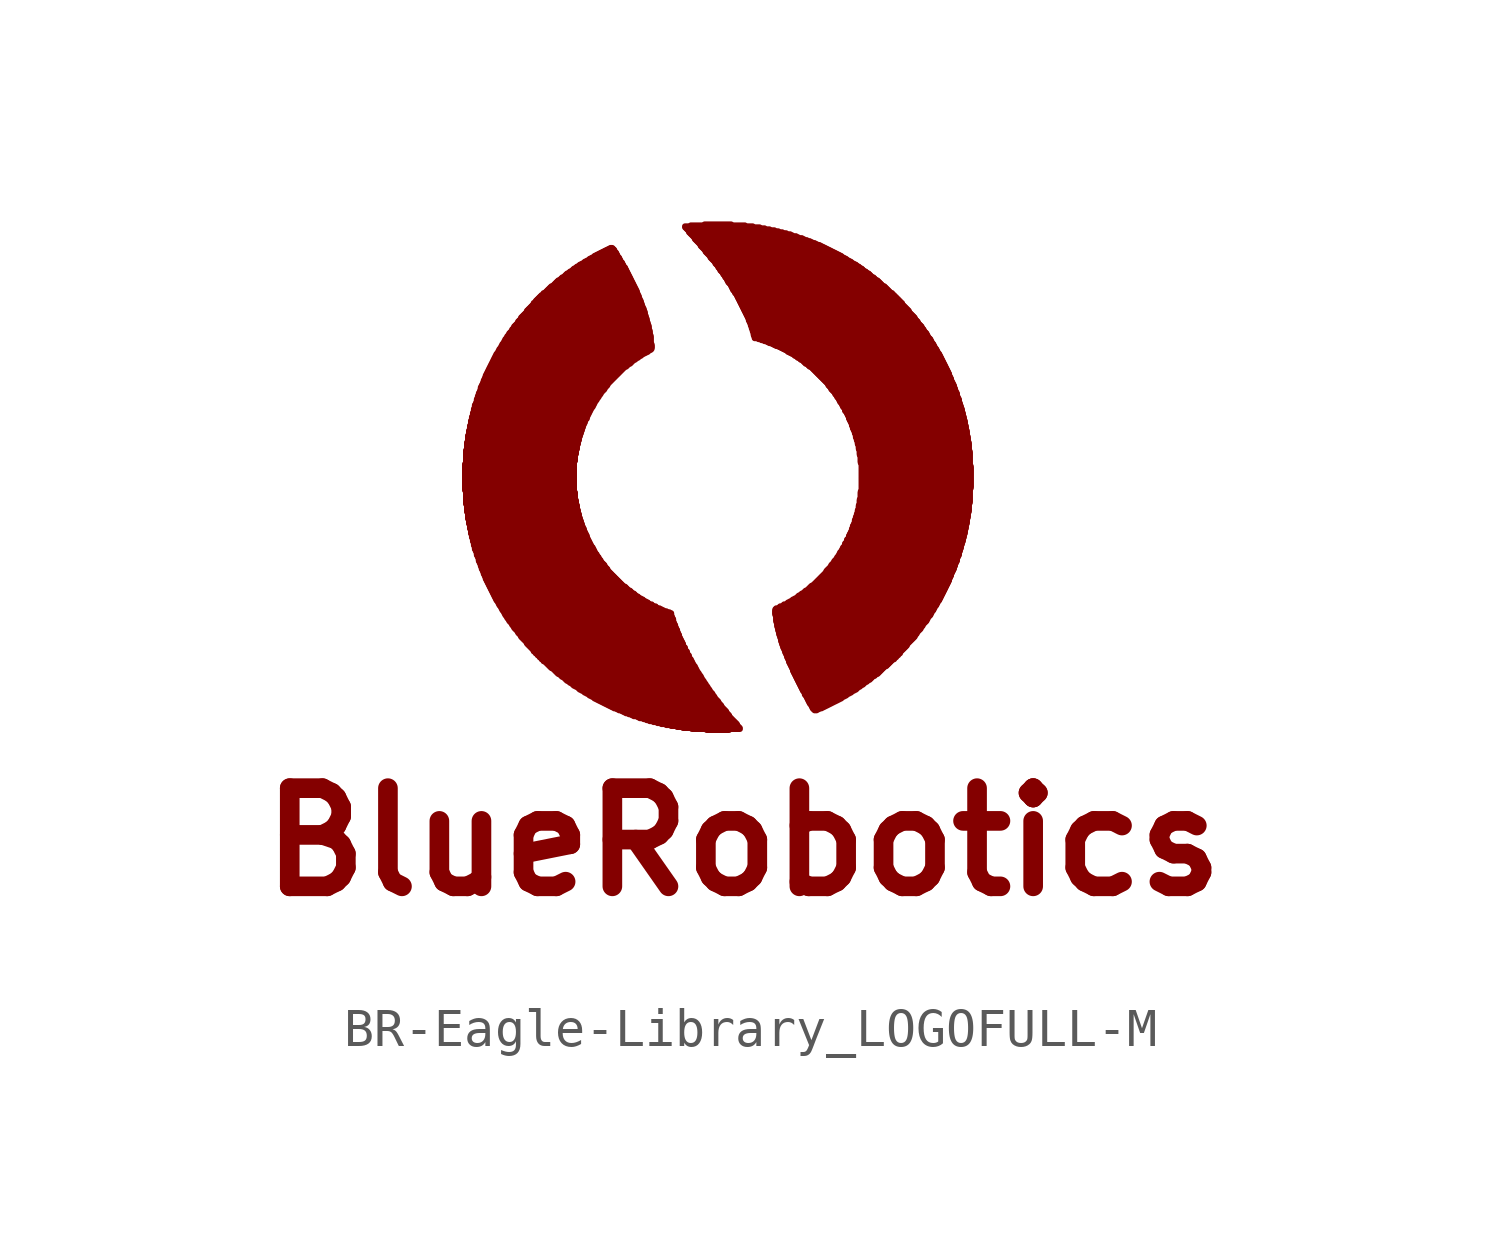
<source format=kicad_sym>
(kicad_symbol_lib
  (version 20231120)
  (generator "kicad_symbol_editor")
  (generator_version "8.0")
  (symbol "BR-Eagle-Library_LOGOFULL-M"
    (property "Reference" ""
      (at 0 0 0)
      (effects (font (size 1.27 1.27)) (hide yes)))
    (property "ki_locked" ""
      (at 0 0 0)
      (effects (font (size 1.27 1.27))))
    (symbol "BR-Eagle-Library_LOGOFULL-M_1_0"
      (rectangle (start -0.013 6.185) (end 2.807 6.21) (stroke (width 0) (type default)) (fill (type outline)))
      (rectangle (start -0.013 6.21) (end 2.807 6.236) (stroke (width 0) (type default)) (fill (type outline)))
      (rectangle (start -0.013 6.236) (end 2.807 6.261) (stroke (width 0) (type default)) (fill (type outline)))
      (rectangle (start -0.013 6.261) (end 2.807 6.287) (stroke (width 0) (type default)) (fill (type outline)))
      (rectangle (start -0.013 6.287) (end 2.807 6.312) (stroke (width 0) (type default)) (fill (type outline)))
      (rectangle (start -0.013 6.312) (end 2.807 6.337) (stroke (width 0) (type default)) (fill (type outline)))
      (rectangle (start -0.013 6.337) (end 2.807 6.363) (stroke (width 0) (type default)) (fill (type outline)))
      (rectangle (start -0.013 6.363) (end 2.807 6.388) (stroke (width 0) (type default)) (fill (type outline)))
      (rectangle (start -0.013 6.388) (end 2.807 6.413) (stroke (width 0) (type default)) (fill (type outline)))
      (rectangle (start -0.013 6.413) (end 2.807 6.439) (stroke (width 0) (type default)) (fill (type outline)))
      (rectangle (start -0.013 6.439) (end 2.807 6.464) (stroke (width 0) (type default)) (fill (type outline)))
      (rectangle (start -0.013 6.464) (end 2.807 6.49) (stroke (width 0) (type default)) (fill (type outline)))
      (rectangle (start -0.013 6.49) (end 2.807 6.515) (stroke (width 0) (type default)) (fill (type outline)))
      (rectangle (start -0.013 6.515) (end 2.807 6.54) (stroke (width 0) (type default)) (fill (type outline)))
      (rectangle (start -0.013 6.54) (end 2.807 6.566) (stroke (width 0) (type default)) (fill (type outline)))
      (rectangle (start -0.013 6.566) (end 2.807 6.591) (stroke (width 0) (type default)) (fill (type outline)))
      (rectangle (start -0.013 6.591) (end 2.807 6.617) (stroke (width 0) (type default)) (fill (type outline)))
      (rectangle (start -0.013 6.617) (end 2.807 6.642) (stroke (width 0) (type default)) (fill (type outline)))
      (rectangle (start -0.013 6.642) (end 2.807 6.668) (stroke (width 0) (type default)) (fill (type outline)))
      (rectangle (start -0.013 6.668) (end 2.807 6.693) (stroke (width 0) (type default)) (fill (type outline)))
      (rectangle (start -0.013 6.693) (end 2.807 6.718) (stroke (width 0) (type default)) (fill (type outline)))
      (rectangle (start -0.013 6.718) (end 2.807 6.744) (stroke (width 0) (type default)) (fill (type outline)))
      (rectangle (start -0.013 6.744) (end 2.807 6.769) (stroke (width 0) (type default)) (fill (type outline)))
      (rectangle (start -0.013 6.769) (end 2.807 6.795) (stroke (width 0) (type default)) (fill (type outline)))
      (rectangle (start -0.013 6.795) (end 2.807 6.82) (stroke (width 0) (type default)) (fill (type outline)))
      (rectangle (start -0.013 6.82) (end 2.807 6.845) (stroke (width 0) (type default)) (fill (type outline)))
      (rectangle (start -0.013 6.845) (end 2.807 6.871) (stroke (width 0) (type default)) (fill (type outline)))
      (rectangle (start 0.013 5.829) (end 2.857 5.855) (stroke (width 0) (type default)) (fill (type outline)))
      (rectangle (start 0.013 5.855) (end 2.857 5.88) (stroke (width 0) (type default)) (fill (type outline)))
      (rectangle (start 0.013 5.88) (end 2.857 5.905) (stroke (width 0) (type default)) (fill (type outline)))
      (rectangle (start 0.013 5.905) (end 2.857 5.931) (stroke (width 0) (type default)) (fill (type outline)))
      (rectangle (start 0.013 5.931) (end 2.832 5.956) (stroke (width 0) (type default)) (fill (type outline)))
      (rectangle (start 0.013 5.956) (end 2.832 5.982) (stroke (width 0) (type default)) (fill (type outline)))
      (rectangle (start 0.013 5.982) (end 2.832 6.007) (stroke (width 0) (type default)) (fill (type outline)))
      (rectangle (start 0.013 6.007) (end 2.832 6.032) (stroke (width 0) (type default)) (fill (type outline)))
      (rectangle (start 0.013 6.032) (end 2.832 6.058) (stroke (width 0) (type default)) (fill (type outline)))
      (rectangle (start 0.013 6.058) (end 2.832 6.083) (stroke (width 0) (type default)) (fill (type outline)))
      (rectangle (start 0.013 6.083) (end 2.832 6.109) (stroke (width 0) (type default)) (fill (type outline)))
      (rectangle (start 0.013 6.109) (end 2.832 6.134) (stroke (width 0) (type default)) (fill (type outline)))
      (rectangle (start 0.013 6.134) (end 2.807 6.16) (stroke (width 0) (type default)) (fill (type outline)))
      (rectangle (start 0.013 6.16) (end 2.807 6.185) (stroke (width 0) (type default)) (fill (type outline)))
      (rectangle (start 0.013 6.871) (end 2.807 6.896) (stroke (width 0) (type default)) (fill (type outline)))
      (rectangle (start 0.013 6.896) (end 2.807 6.921) (stroke (width 0) (type default)) (fill (type outline)))
      (rectangle (start 0.013 6.921) (end 2.807 6.947) (stroke (width 0) (type default)) (fill (type outline)))
      (rectangle (start 0.013 6.947) (end 2.832 6.972) (stroke (width 0) (type default)) (fill (type outline)))
      (rectangle (start 0.013 6.972) (end 2.832 6.998) (stroke (width 0) (type default)) (fill (type outline)))
      (rectangle (start 0.013 6.998) (end 2.832 7.023) (stroke (width 0) (type default)) (fill (type outline)))
      (rectangle (start 0.013 7.023) (end 2.832 7.048) (stroke (width 0) (type default)) (fill (type outline)))
      (rectangle (start 0.013 7.048) (end 2.832 7.074) (stroke (width 0) (type default)) (fill (type outline)))
      (rectangle (start 0.013 7.074) (end 2.832 7.099) (stroke (width 0) (type default)) (fill (type outline)))
      (rectangle (start 0.013 7.099) (end 2.832 7.125) (stroke (width 0) (type default)) (fill (type outline)))
      (rectangle (start 0.013 7.125) (end 2.857 7.15) (stroke (width 0) (type default)) (fill (type outline)))
      (rectangle (start 0.013 7.15) (end 2.857 7.176) (stroke (width 0) (type default)) (fill (type outline)))
      (rectangle (start 0.013 7.176) (end 2.857 7.201) (stroke (width 0) (type default)) (fill (type outline)))
      (rectangle (start 0.013 7.201) (end 2.857 7.226) (stroke (width 0) (type default)) (fill (type outline)))
      (rectangle (start 0.038 5.626) (end 2.908 5.652) (stroke (width 0) (type default)) (fill (type outline)))
      (rectangle (start 0.038 5.652) (end 2.908 5.677) (stroke (width 0) (type default)) (fill (type outline)))
      (rectangle (start 0.038 5.677) (end 2.883 5.702) (stroke (width 0) (type default)) (fill (type outline)))
      (rectangle (start 0.038 5.702) (end 2.883 5.728) (stroke (width 0) (type default)) (fill (type outline)))
      (rectangle (start 0.038 5.728) (end 2.883 5.753) (stroke (width 0) (type default)) (fill (type outline)))
      (rectangle (start 0.038 5.753) (end 2.883 5.779) (stroke (width 0) (type default)) (fill (type outline)))
      (rectangle (start 0.038 5.779) (end 2.883 5.804) (stroke (width 0) (type default)) (fill (type outline)))
      (rectangle (start 0.038 5.804) (end 2.857 5.829) (stroke (width 0) (type default)) (fill (type outline)))
      (rectangle (start 0.038 7.226) (end 2.857 7.252) (stroke (width 0) (type default)) (fill (type outline)))
      (rectangle (start 0.038 7.252) (end 2.883 7.277) (stroke (width 0) (type default)) (fill (type outline)))
      (rectangle (start 0.038 7.277) (end 2.883 7.303) (stroke (width 0) (type default)) (fill (type outline)))
      (rectangle (start 0.038 7.303) (end 2.883 7.328) (stroke (width 0) (type default)) (fill (type outline)))
      (rectangle (start 0.038 7.328) (end 2.883 7.353) (stroke (width 0) (type default)) (fill (type outline)))
      (rectangle (start 0.038 7.353) (end 2.883 7.379) (stroke (width 0) (type default)) (fill (type outline)))
      (rectangle (start 0.038 7.379) (end 2.908 7.404) (stroke (width 0) (type default)) (fill (type outline)))
      (rectangle (start 0.038 7.404) (end 2.908 7.429) (stroke (width 0) (type default)) (fill (type outline)))
      (rectangle (start 0.064 5.448) (end 2.959 5.474) (stroke (width 0) (type default)) (fill (type outline)))
      (rectangle (start 0.064 5.474) (end 2.934 5.499) (stroke (width 0) (type default)) (fill (type outline)))
      (rectangle (start 0.064 5.499) (end 2.934 5.524) (stroke (width 0) (type default)) (fill (type outline)))
      (rectangle (start 0.064 5.524) (end 2.934 5.55) (stroke (width 0) (type default)) (fill (type outline)))
      (rectangle (start 0.064 5.55) (end 2.934 5.575) (stroke (width 0) (type default)) (fill (type outline)))
      (rectangle (start 0.064 5.575) (end 2.908 5.601) (stroke (width 0) (type default)) (fill (type outline)))
      (rectangle (start 0.064 5.601) (end 2.908 5.626) (stroke (width 0) (type default)) (fill (type outline)))
      (rectangle (start 0.064 7.429) (end 2.908 7.455) (stroke (width 0) (type default)) (fill (type outline)))
      (rectangle (start 0.064 7.455) (end 2.908 7.48) (stroke (width 0) (type default)) (fill (type outline)))
      (rectangle (start 0.064 7.48) (end 2.934 7.506) (stroke (width 0) (type default)) (fill (type outline)))
      (rectangle (start 0.064 7.506) (end 2.934 7.531) (stroke (width 0) (type default)) (fill (type outline)))
      (rectangle (start 0.064 7.531) (end 2.934 7.556) (stroke (width 0) (type default)) (fill (type outline)))
      (rectangle (start 0.064 7.556) (end 2.934 7.582) (stroke (width 0) (type default)) (fill (type outline)))
      (rectangle (start 0.064 7.582) (end 2.959 7.607) (stroke (width 0) (type default)) (fill (type outline)))
      (rectangle (start 0.089 5.321) (end 2.985 5.347) (stroke (width 0) (type default)) (fill (type outline)))
      (rectangle (start 0.089 5.347) (end 2.985 5.372) (stroke (width 0) (type default)) (fill (type outline)))
      (rectangle (start 0.089 5.372) (end 2.985 5.397) (stroke (width 0) (type default)) (fill (type outline)))
      (rectangle (start 0.089 5.397) (end 2.959 5.423) (stroke (width 0) (type default)) (fill (type outline)))
      (rectangle (start 0.089 5.423) (end 2.959 5.448) (stroke (width 0) (type default)) (fill (type outline)))
      (rectangle (start 0.089 7.607) (end 2.959 7.633) (stroke (width 0) (type default)) (fill (type outline)))
      (rectangle (start 0.089 7.633) (end 2.959 7.658) (stroke (width 0) (type default)) (fill (type outline)))
      (rectangle (start 0.089 7.658) (end 2.985 7.684) (stroke (width 0) (type default)) (fill (type outline)))
      (rectangle (start 0.089 7.684) (end 2.985 7.709) (stroke (width 0) (type default)) (fill (type outline)))
      (rectangle (start 0.089 7.709) (end 2.985 7.734) (stroke (width 0) (type default)) (fill (type outline)))
      (rectangle (start 0.114 5.194) (end 3.035 5.22) (stroke (width 0) (type default)) (fill (type outline)))
      (rectangle (start 0.114 5.22) (end 3.035 5.245) (stroke (width 0) (type default)) (fill (type outline)))
      (rectangle (start 0.114 5.245) (end 3.01 5.271) (stroke (width 0) (type default)) (fill (type outline)))
      (rectangle (start 0.114 5.271) (end 3.01 5.296) (stroke (width 0) (type default)) (fill (type outline)))
      (rectangle (start 0.114 5.296) (end 3.01 5.321) (stroke (width 0) (type default)) (fill (type outline)))
      (rectangle (start 0.114 7.734) (end 3.01 7.76) (stroke (width 0) (type default)) (fill (type outline)))
      (rectangle (start 0.114 7.76) (end 3.01 7.785) (stroke (width 0) (type default)) (fill (type outline)))
      (rectangle (start 0.114 7.785) (end 3.01 7.811) (stroke (width 0) (type default)) (fill (type outline)))
      (rectangle (start 0.114 7.811) (end 3.035 7.836) (stroke (width 0) (type default)) (fill (type outline)))
      (rectangle (start 0.114 7.836) (end 3.035 7.861) (stroke (width 0) (type default)) (fill (type outline)))
      (rectangle (start 0.14 5.067) (end 3.086 5.093) (stroke (width 0) (type default)) (fill (type outline)))
      (rectangle (start 0.14 5.093) (end 3.086 5.118) (stroke (width 0) (type default)) (fill (type outline)))
      (rectangle (start 0.14 5.118) (end 3.061 5.144) (stroke (width 0) (type default)) (fill (type outline)))
      (rectangle (start 0.14 5.144) (end 3.061 5.169) (stroke (width 0) (type default)) (fill (type outline)))
      (rectangle (start 0.14 5.169) (end 3.061 5.194) (stroke (width 0) (type default)) (fill (type outline)))
      (rectangle (start 0.14 7.861) (end 3.035 7.887) (stroke (width 0) (type default)) (fill (type outline)))
      (rectangle (start 0.14 7.887) (end 3.061 7.912) (stroke (width 0) (type default)) (fill (type outline)))
      (rectangle (start 0.14 7.912) (end 3.061 7.938) (stroke (width 0) (type default)) (fill (type outline)))
      (rectangle (start 0.14 7.938) (end 3.086 7.963) (stroke (width 0) (type default)) (fill (type outline)))
      (rectangle (start 0.14 7.963) (end 3.086 7.988) (stroke (width 0) (type default)) (fill (type outline)))
      (rectangle (start 0.165 4.966) (end 3.137 4.991) (stroke (width 0) (type default)) (fill (type outline)))
      (rectangle (start 0.165 4.991) (end 3.137 5.016) (stroke (width 0) (type default)) (fill (type outline)))
      (rectangle (start 0.165 5.016) (end 3.111 5.042) (stroke (width 0) (type default)) (fill (type outline)))
      (rectangle (start 0.165 5.042) (end 3.111 5.067) (stroke (width 0) (type default)) (fill (type outline)))
      (rectangle (start 0.165 7.988) (end 3.086 8.014) (stroke (width 0) (type default)) (fill (type outline)))
      (rectangle (start 0.165 8.014) (end 3.111 8.039) (stroke (width 0) (type default)) (fill (type outline)))
      (rectangle (start 0.165 8.039) (end 3.137 8.065) (stroke (width 0) (type default)) (fill (type outline)))
      (rectangle (start 0.165 8.065) (end 3.137 8.09) (stroke (width 0) (type default)) (fill (type outline)))
      (rectangle (start 0.191 4.864) (end 3.188 4.889) (stroke (width 0) (type default)) (fill (type outline)))
      (rectangle (start 0.191 4.889) (end 3.162 4.915) (stroke (width 0) (type default)) (fill (type outline)))
      (rectangle (start 0.191 4.915) (end 3.162 4.94) (stroke (width 0) (type default)) (fill (type outline)))
      (rectangle (start 0.191 4.94) (end 3.137 4.966) (stroke (width 0) (type default)) (fill (type outline)))
      (rectangle (start 0.191 8.09) (end 3.137 8.115) (stroke (width 0) (type default)) (fill (type outline)))
      (rectangle (start 0.191 8.115) (end 3.162 8.141) (stroke (width 0) (type default)) (fill (type outline)))
      (rectangle (start 0.191 8.141) (end 3.162 8.166) (stroke (width 0) (type default)) (fill (type outline)))
      (rectangle (start 0.191 8.166) (end 3.188 8.191) (stroke (width 0) (type default)) (fill (type outline)))
      (rectangle (start 0.216 4.763) (end 3.239 4.788) (stroke (width 0) (type default)) (fill (type outline)))
      (rectangle (start 0.216 4.788) (end 3.213 4.813) (stroke (width 0) (type default)) (fill (type outline)))
      (rectangle (start 0.216 4.813) (end 3.213 4.839) (stroke (width 0) (type default)) (fill (type outline)))
      (rectangle (start 0.216 4.839) (end 3.188 4.864) (stroke (width 0) (type default)) (fill (type outline)))
      (rectangle (start 0.216 8.191) (end 3.188 8.217) (stroke (width 0) (type default)) (fill (type outline)))
      (rectangle (start 0.216 8.217) (end 3.213 8.242) (stroke (width 0) (type default)) (fill (type outline)))
      (rectangle (start 0.216 8.242) (end 3.213 8.268) (stroke (width 0) (type default)) (fill (type outline)))
      (rectangle (start 0.216 8.268) (end 3.239 8.293) (stroke (width 0) (type default)) (fill (type outline)))
      (rectangle (start 0.241 4.661) (end 3.289 4.686) (stroke (width 0) (type default)) (fill (type outline)))
      (rectangle (start 0.241 4.686) (end 3.289 4.712) (stroke (width 0) (type default)) (fill (type outline)))
      (rectangle (start 0.241 4.712) (end 3.264 4.737) (stroke (width 0) (type default)) (fill (type outline)))
      (rectangle (start 0.241 4.737) (end 3.239 4.763) (stroke (width 0) (type default)) (fill (type outline)))
      (rectangle (start 0.241 8.293) (end 3.239 8.319) (stroke (width 0) (type default)) (fill (type outline)))
      (rectangle (start 0.241 8.319) (end 3.264 8.344) (stroke (width 0) (type default)) (fill (type outline)))
      (rectangle (start 0.241 8.344) (end 3.289 8.369) (stroke (width 0) (type default)) (fill (type outline)))
      (rectangle (start 0.241 8.369) (end 3.289 8.395) (stroke (width 0) (type default)) (fill (type outline)))
      (rectangle (start 0.267 4.61) (end 3.315 4.636) (stroke (width 0) (type default)) (fill (type outline)))
      (rectangle (start 0.267 4.636) (end 3.315 4.661) (stroke (width 0) (type default)) (fill (type outline)))
      (rectangle (start 0.267 8.395) (end 3.315 8.42) (stroke (width 0) (type default)) (fill (type outline)))
      (rectangle (start 0.267 8.42) (end 3.315 8.445) (stroke (width 0) (type default)) (fill (type outline)))
      (rectangle (start 0.292 4.508) (end 3.391 4.534) (stroke (width 0) (type default)) (fill (type outline)))
      (rectangle (start 0.292 4.534) (end 3.365 4.559) (stroke (width 0) (type default)) (fill (type outline)))
      (rectangle (start 0.292 4.559) (end 3.34 4.585) (stroke (width 0) (type default)) (fill (type outline)))
      (rectangle (start 0.292 4.585) (end 3.34 4.61) (stroke (width 0) (type default)) (fill (type outline)))
      (rectangle (start 0.292 8.445) (end 3.34 8.471) (stroke (width 0) (type default)) (fill (type outline)))
      (rectangle (start 0.292 8.471) (end 3.34 8.496) (stroke (width 0) (type default)) (fill (type outline)))
      (rectangle (start 0.292 8.496) (end 3.365 8.522) (stroke (width 0) (type default)) (fill (type outline)))
      (rectangle (start 0.292 8.522) (end 3.391 8.547) (stroke (width 0) (type default)) (fill (type outline)))
      (rectangle (start 0.318 4.458) (end 3.416 4.483) (stroke (width 0) (type default)) (fill (type outline)))
      (rectangle (start 0.318 4.483) (end 3.391 4.508) (stroke (width 0) (type default)) (fill (type outline)))
      (rectangle (start 0.318 8.547) (end 3.391 8.572) (stroke (width 0) (type default)) (fill (type outline)))
      (rectangle (start 0.318 8.572) (end 3.416 8.598) (stroke (width 0) (type default)) (fill (type outline)))
      (rectangle (start 0.318 8.598) (end 3.442 8.623) (stroke (width 0) (type default)) (fill (type outline)))
      (rectangle (start 0.343 4.356) (end 3.493 4.381) (stroke (width 0) (type default)) (fill (type outline)))
      (rectangle (start 0.343 4.381) (end 3.467 4.407) (stroke (width 0) (type default)) (fill (type outline)))
      (rectangle (start 0.343 4.407) (end 3.442 4.432) (stroke (width 0) (type default)) (fill (type outline)))
      (rectangle (start 0.343 4.432) (end 3.442 4.458) (stroke (width 0) (type default)) (fill (type outline)))
      (rectangle (start 0.343 8.623) (end 3.442 8.649) (stroke (width 0) (type default)) (fill (type outline)))
      (rectangle (start 0.343 8.649) (end 3.467 8.674) (stroke (width 0) (type default)) (fill (type outline)))
      (rectangle (start 0.343 8.674) (end 3.493 8.7) (stroke (width 0) (type default)) (fill (type outline)))
      (rectangle (start 0.368 4.305) (end 3.518 4.331) (stroke (width 0) (type default)) (fill (type outline)))
      (rectangle (start 0.368 4.331) (end 3.493 4.356) (stroke (width 0) (type default)) (fill (type outline)))
      (rectangle (start 0.368 8.7) (end 3.493 8.725) (stroke (width 0) (type default)) (fill (type outline)))
      (rectangle (start 0.368 8.725) (end 3.518 8.75) (stroke (width 0) (type default)) (fill (type outline)))
      (rectangle (start 0.394 4.229) (end 3.594 4.255) (stroke (width 0) (type default)) (fill (type outline)))
      (rectangle (start 0.394 4.255) (end 3.569 4.28) (stroke (width 0) (type default)) (fill (type outline)))
      (rectangle (start 0.394 4.28) (end 3.543 4.305) (stroke (width 0) (type default)) (fill (type outline)))
      (rectangle (start 0.394 8.75) (end 3.543 8.776) (stroke (width 0) (type default)) (fill (type outline)))
      (rectangle (start 0.394 8.776) (end 3.569 8.801) (stroke (width 0) (type default)) (fill (type outline)))
      (rectangle (start 0.394 8.801) (end 3.594 8.826) (stroke (width 0) (type default)) (fill (type outline)))
      (rectangle (start 0.394 8.826) (end 3.594 8.852) (stroke (width 0) (type default)) (fill (type outline)))
      (rectangle (start 0.419 4.153) (end 3.645 4.178) (stroke (width 0) (type default)) (fill (type outline)))
      (rectangle (start 0.419 4.178) (end 3.619 4.204) (stroke (width 0) (type default)) (fill (type outline)))
      (rectangle (start 0.419 4.204) (end 3.594 4.229) (stroke (width 0) (type default)) (fill (type outline)))
      (rectangle (start 0.419 8.852) (end 3.619 8.877) (stroke (width 0) (type default)) (fill (type outline)))
      (rectangle (start 0.419 8.877) (end 3.645 8.903) (stroke (width 0) (type default)) (fill (type outline)))
      (rectangle (start 0.445 4.102) (end 3.67 4.128) (stroke (width 0) (type default)) (fill (type outline)))
      (rectangle (start 0.445 4.128) (end 3.67 4.153) (stroke (width 0) (type default)) (fill (type outline)))
      (rectangle (start 0.445 8.903) (end 3.67 8.928) (stroke (width 0) (type default)) (fill (type outline)))
      (rectangle (start 0.445 8.928) (end 3.67 8.954) (stroke (width 0) (type default)) (fill (type outline)))
      (rectangle (start 0.47 4.026) (end 3.747 4.051) (stroke (width 0) (type default)) (fill (type outline)))
      (rectangle (start 0.47 4.051) (end 3.721 4.077) (stroke (width 0) (type default)) (fill (type outline)))
      (rectangle (start 0.47 4.077) (end 3.696 4.102) (stroke (width 0) (type default)) (fill (type outline)))
      (rectangle (start 0.47 8.954) (end 3.696 8.979) (stroke (width 0) (type default)) (fill (type outline)))
      (rectangle (start 0.47 8.979) (end 3.721 9.004) (stroke (width 0) (type default)) (fill (type outline)))
      (rectangle (start 0.47 9.004) (end 3.747 9.03) (stroke (width 0) (type default)) (fill (type outline)))
      (rectangle (start 0.495 3.975) (end 3.797 4) (stroke (width 0) (type default)) (fill (type outline)))
      (rectangle (start 0.495 4) (end 3.772 4.026) (stroke (width 0) (type default)) (fill (type outline)))
      (rectangle (start 0.495 9.03) (end 3.772 9.055) (stroke (width 0) (type default)) (fill (type outline)))
      (rectangle (start 0.495 9.055) (end 3.797 9.081) (stroke (width 0) (type default)) (fill (type outline)))
      (rectangle (start 0.521 3.899) (end 3.873 3.924) (stroke (width 0) (type default)) (fill (type outline)))
      (rectangle (start 0.521 3.924) (end 3.848 3.95) (stroke (width 0) (type default)) (fill (type outline)))
      (rectangle (start 0.521 3.95) (end 3.823 3.975) (stroke (width 0) (type default)) (fill (type outline)))
      (rectangle (start 0.521 9.081) (end 3.823 9.106) (stroke (width 0) (type default)) (fill (type outline)))
      (rectangle (start 0.521 9.106) (end 3.848 9.131) (stroke (width 0) (type default)) (fill (type outline)))
      (rectangle (start 0.521 9.131) (end 3.873 9.157) (stroke (width 0) (type default)) (fill (type outline)))
      (rectangle (start 0.546 3.848) (end 3.924 3.873) (stroke (width 0) (type default)) (fill (type outline)))
      (rectangle (start 0.546 3.873) (end 3.899 3.899) (stroke (width 0) (type default)) (fill (type outline)))
      (rectangle (start 0.546 9.157) (end 3.899 9.182) (stroke (width 0) (type default)) (fill (type outline)))
      (rectangle (start 0.546 9.182) (end 3.924 9.207) (stroke (width 0) (type default)) (fill (type outline)))
      (rectangle (start 0.572 3.797) (end 3.975 3.823) (stroke (width 0) (type default)) (fill (type outline)))
      (rectangle (start 0.572 3.823) (end 3.95 3.848) (stroke (width 0) (type default)) (fill (type outline)))
      (rectangle (start 0.572 9.207) (end 3.95 9.233) (stroke (width 0) (type default)) (fill (type outline)))
      (rectangle (start 0.572 9.233) (end 3.975 9.258) (stroke (width 0) (type default)) (fill (type outline)))
      (rectangle (start 0.597 3.747) (end 4.026 3.772) (stroke (width 0) (type default)) (fill (type outline)))
      (rectangle (start 0.597 3.772) (end 4 3.797) (stroke (width 0) (type default)) (fill (type outline)))
      (rectangle (start 0.597 9.258) (end 4 9.284) (stroke (width 0) (type default)) (fill (type outline)))
      (rectangle (start 0.597 9.284) (end 4.026 9.309) (stroke (width 0) (type default)) (fill (type outline)))
      (rectangle (start 0.622 3.696) (end 4.077 3.721) (stroke (width 0) (type default)) (fill (type outline)))
      (rectangle (start 0.622 3.721) (end 4.051 3.747) (stroke (width 0) (type default)) (fill (type outline)))
      (rectangle (start 0.622 9.309) (end 4.051 9.335) (stroke (width 0) (type default)) (fill (type outline)))
      (rectangle (start 0.622 9.335) (end 4.077 9.36) (stroke (width 0) (type default)) (fill (type outline)))
      (rectangle (start 0.648 3.645) (end 4.153 3.67) (stroke (width 0) (type default)) (fill (type outline)))
      (rectangle (start 0.648 3.67) (end 4.128 3.696) (stroke (width 0) (type default)) (fill (type outline)))
      (rectangle (start 0.648 9.36) (end 4.102 9.385) (stroke (width 0) (type default)) (fill (type outline)))
      (rectangle (start 0.648 9.385) (end 4.153 9.411) (stroke (width 0) (type default)) (fill (type outline)))
      (rectangle (start 0.673 3.594) (end 4.204 3.619) (stroke (width 0) (type default)) (fill (type outline)))
      (rectangle (start 0.673 3.619) (end 4.178 3.645) (stroke (width 0) (type default)) (fill (type outline)))
      (rectangle (start 0.673 9.411) (end 4.178 9.436) (stroke (width 0) (type default)) (fill (type outline)))
      (rectangle (start 0.673 9.436) (end 4.204 9.461) (stroke (width 0) (type default)) (fill (type outline)))
      (rectangle (start 0.699 3.543) (end 4.28 3.569) (stroke (width 0) (type default)) (fill (type outline)))
      (rectangle (start 0.699 3.569) (end 4.255 3.594) (stroke (width 0) (type default)) (fill (type outline)))
      (rectangle (start 0.699 9.461) (end 4.255 9.487) (stroke (width 0) (type default)) (fill (type outline)))
      (rectangle (start 0.699 9.487) (end 4.28 9.512) (stroke (width 0) (type default)) (fill (type outline)))
      (rectangle (start 0.724 3.493) (end 4.356 3.518) (stroke (width 0) (type default)) (fill (type outline)))
      (rectangle (start 0.724 3.518) (end 4.305 3.543) (stroke (width 0) (type default)) (fill (type outline)))
      (rectangle (start 0.724 9.512) (end 4.305 9.538) (stroke (width 0) (type default)) (fill (type outline)))
      (rectangle (start 0.724 9.538) (end 4.331 9.563) (stroke (width 0) (type default)) (fill (type outline)))
      (rectangle (start 0.749 3.442) (end 4.407 3.467) (stroke (width 0) (type default)) (fill (type outline)))
      (rectangle (start 0.749 3.467) (end 4.381 3.493) (stroke (width 0) (type default)) (fill (type outline)))
      (rectangle (start 0.749 9.563) (end 4.381 9.588) (stroke (width 0) (type default)) (fill (type outline)))
      (rectangle (start 0.749 9.588) (end 4.407 9.614) (stroke (width 0) (type default)) (fill (type outline)))
      (rectangle (start 0.775 3.391) (end 4.483 3.416) (stroke (width 0) (type default)) (fill (type outline)))
      (rectangle (start 0.775 3.416) (end 4.458 3.442) (stroke (width 0) (type default)) (fill (type outline)))
      (rectangle (start 0.775 9.614) (end 4.458 9.639) (stroke (width 0) (type default)) (fill (type outline)))
      (rectangle (start 0.775 9.639) (end 4.483 9.665) (stroke (width 0) (type default)) (fill (type outline)))
      (rectangle (start 0.8 3.34) (end 4.585 3.365) (stroke (width 0) (type default)) (fill (type outline)))
      (rectangle (start 0.8 3.365) (end 4.534 3.391) (stroke (width 0) (type default)) (fill (type outline)))
      (rectangle (start 0.8 9.665) (end 4.534 9.69) (stroke (width 0) (type default)) (fill (type outline)))
      (rectangle (start 0.8 9.69) (end 4.559 9.716) (stroke (width 0) (type default)) (fill (type outline)))
      (rectangle (start 0.826 3.315) (end 4.61 3.34) (stroke (width 0) (type default)) (fill (type outline)))
      (rectangle (start 0.826 9.716) (end 4.61 9.741) (stroke (width 0) (type default)) (fill (type outline)))
      (rectangle (start 0.851 3.264) (end 4.712 3.289) (stroke (width 0) (type default)) (fill (type outline)))
      (rectangle (start 0.851 3.289) (end 4.661 3.315) (stroke (width 0) (type default)) (fill (type outline)))
      (rectangle (start 0.851 9.741) (end 4.661 9.766) (stroke (width 0) (type default)) (fill (type outline)))
      (rectangle (start 0.851 9.766) (end 4.712 9.792) (stroke (width 0) (type default)) (fill (type outline)))
      (rectangle (start 0.876 3.213) (end 4.813 3.239) (stroke (width 0) (type default)) (fill (type outline)))
      (rectangle (start 0.876 3.239) (end 4.737 3.264) (stroke (width 0) (type default)) (fill (type outline)))
      (rectangle (start 0.876 9.792) (end 4.737 9.817) (stroke (width 0) (type default)) (fill (type outline)))
      (rectangle (start 0.876 9.817) (end 4.788 9.842) (stroke (width 0) (type default)) (fill (type outline)))
      (rectangle (start 0.902 3.188) (end 4.839 3.213) (stroke (width 0) (type default)) (fill (type outline)))
      (rectangle (start 0.902 9.842) (end 4.813 9.868) (stroke (width 0) (type default)) (fill (type outline)))
      (rectangle (start 0.927 3.137) (end 4.94 3.162) (stroke (width 0) (type default)) (fill (type outline)))
      (rectangle (start 0.927 3.162) (end 4.915 3.188) (stroke (width 0) (type default)) (fill (type outline)))
      (rectangle (start 0.927 9.868) (end 4.813 9.893) (stroke (width 0) (type default)) (fill (type outline)))
      (rectangle (start 0.927 9.893) (end 4.813 9.919) (stroke (width 0) (type default)) (fill (type outline)))
      (rectangle (start 0.953 3.086) (end 5.067 3.111) (stroke (width 0) (type default)) (fill (type outline)))
      (rectangle (start 0.953 3.111) (end 5.016 3.137) (stroke (width 0) (type default)) (fill (type outline)))
      (rectangle (start 0.953 9.919) (end 4.813 9.944) (stroke (width 0) (type default)) (fill (type outline)))
      (rectangle (start 0.953 9.944) (end 4.813 9.97) (stroke (width 0) (type default)) (fill (type outline)))
      (rectangle (start 0.978 3.061) (end 5.118 3.086) (stroke (width 0) (type default)) (fill (type outline)))
      (rectangle (start 0.978 9.97) (end 4.788 9.995) (stroke (width 0) (type default)) (fill (type outline)))
      (rectangle (start 1.003 3.01) (end 5.271 3.035) (stroke (width 0) (type default)) (fill (type outline)))
      (rectangle (start 1.003 3.035) (end 5.194 3.061) (stroke (width 0) (type default)) (fill (type outline)))
      (rectangle (start 1.003 9.995) (end 4.788 10.02) (stroke (width 0) (type default)) (fill (type outline)))
      (rectangle (start 1.003 10.02) (end 4.788 10.046) (stroke (width 0) (type default)) (fill (type outline)))
      (rectangle (start 1.029 2.959) (end 5.321 2.985) (stroke (width 0) (type default)) (fill (type outline)))
      (rectangle (start 1.029 2.985) (end 5.321 3.01) (stroke (width 0) (type default)) (fill (type outline)))
      (rectangle (start 1.029 10.046) (end 4.788 10.071) (stroke (width 0) (type default)) (fill (type outline)))
      (rectangle (start 1.029 10.071) (end 4.788 10.097) (stroke (width 0) (type default)) (fill (type outline)))
      (rectangle (start 1.054 2.934) (end 5.321 2.959) (stroke (width 0) (type default)) (fill (type outline)))
      (rectangle (start 1.054 10.097) (end 4.788 10.122) (stroke (width 0) (type default)) (fill (type outline)))
      (rectangle (start 1.079 2.883) (end 5.347 2.908) (stroke (width 0) (type default)) (fill (type outline)))
      (rectangle (start 1.079 2.908) (end 5.321 2.934) (stroke (width 0) (type default)) (fill (type outline)))
      (rectangle (start 1.079 10.122) (end 4.788 10.147) (stroke (width 0) (type default)) (fill (type outline)))
      (rectangle (start 1.079 10.147) (end 4.788 10.173) (stroke (width 0) (type default)) (fill (type outline)))
      (rectangle (start 1.105 2.857) (end 5.347 2.883) (stroke (width 0) (type default)) (fill (type outline)))
      (rectangle (start 1.105 10.173) (end 4.788 10.198) (stroke (width 0) (type default)) (fill (type outline)))
      (rectangle (start 1.13 2.807) (end 5.372 2.832) (stroke (width 0) (type default)) (fill (type outline)))
      (rectangle (start 1.13 2.832) (end 5.372 2.857) (stroke (width 0) (type default)) (fill (type outline)))
      (rectangle (start 1.13 10.198) (end 4.763 10.223) (stroke (width 0) (type default)) (fill (type outline)))
      (rectangle (start 1.13 10.223) (end 4.763 10.249) (stroke (width 0) (type default)) (fill (type outline)))
      (rectangle (start 1.156 2.781) (end 5.372 2.807) (stroke (width 0) (type default)) (fill (type outline)))
      (rectangle (start 1.156 10.249) (end 4.763 10.274) (stroke (width 0) (type default)) (fill (type outline)))
      (rectangle (start 1.181 2.756) (end 5.372 2.781) (stroke (width 0) (type default)) (fill (type outline)))
      (rectangle (start 1.181 10.274) (end 4.763 10.3) (stroke (width 0) (type default)) (fill (type outline)))
      (rectangle (start 1.206 2.705) (end 5.397 2.731) (stroke (width 0) (type default)) (fill (type outline)))
      (rectangle (start 1.206 2.731) (end 5.397 2.756) (stroke (width 0) (type default)) (fill (type outline)))
      (rectangle (start 1.206 10.3) (end 4.763 10.325) (stroke (width 0) (type default)) (fill (type outline)))
      (rectangle (start 1.206 10.325) (end 4.737 10.351) (stroke (width 0) (type default)) (fill (type outline)))
      (rectangle (start 1.232 2.68) (end 5.423 2.705) (stroke (width 0) (type default)) (fill (type outline)))
      (rectangle (start 1.232 10.351) (end 4.737 10.376) (stroke (width 0) (type default)) (fill (type outline)))
      (rectangle (start 1.257 2.629) (end 5.423 2.654) (stroke (width 0) (type default)) (fill (type outline)))
      (rectangle (start 1.257 2.654) (end 5.423 2.68) (stroke (width 0) (type default)) (fill (type outline)))
      (rectangle (start 1.257 10.376) (end 4.737 10.401) (stroke (width 0) (type default)) (fill (type outline)))
      (rectangle (start 1.257 10.401) (end 4.737 10.427) (stroke (width 0) (type default)) (fill (type outline)))
      (rectangle (start 1.283 2.603) (end 5.448 2.629) (stroke (width 0) (type default)) (fill (type outline)))
      (rectangle (start 1.283 10.427) (end 4.737 10.452) (stroke (width 0) (type default)) (fill (type outline)))
      (rectangle (start 1.308 2.578) (end 5.448 2.603) (stroke (width 0) (type default)) (fill (type outline)))
      (rectangle (start 1.308 10.452) (end 4.712 10.477) (stroke (width 0) (type default)) (fill (type outline)))
      (rectangle (start 1.333 2.553) (end 5.474 2.578) (stroke (width 0) (type default)) (fill (type outline)))
      (rectangle (start 1.333 10.477) (end 4.712 10.503) (stroke (width 0) (type default)) (fill (type outline)))
      (rectangle (start 1.359 2.502) (end 5.474 2.527) (stroke (width 0) (type default)) (fill (type outline)))
      (rectangle (start 1.359 2.527) (end 5.474 2.553) (stroke (width 0) (type default)) (fill (type outline)))
      (rectangle (start 1.359 10.503) (end 4.712 10.528) (stroke (width 0) (type default)) (fill (type outline)))
      (rectangle (start 1.359 10.528) (end 4.686 10.554) (stroke (width 0) (type default)) (fill (type outline)))
      (rectangle (start 1.384 2.477) (end 5.499 2.502) (stroke (width 0) (type default)) (fill (type outline)))
      (rectangle (start 1.384 10.554) (end 4.686 10.579) (stroke (width 0) (type default)) (fill (type outline)))
      (rectangle (start 1.41 2.451) (end 5.499 2.477) (stroke (width 0) (type default)) (fill (type outline)))
      (rectangle (start 1.41 10.579) (end 4.686 10.604) (stroke (width 0) (type default)) (fill (type outline)))
      (rectangle (start 1.435 2.4) (end 5.524 2.426) (stroke (width 0) (type default)) (fill (type outline)))
      (rectangle (start 1.435 2.426) (end 5.524 2.451) (stroke (width 0) (type default)) (fill (type outline)))
      (rectangle (start 1.435 10.604) (end 4.686 10.63) (stroke (width 0) (type default)) (fill (type outline)))
      (rectangle (start 1.435 10.63) (end 4.661 10.655) (stroke (width 0) (type default)) (fill (type outline)))
      (rectangle (start 1.46 2.375) (end 5.524 2.4) (stroke (width 0) (type default)) (fill (type outline)))
      (rectangle (start 1.46 10.655) (end 4.661 10.681) (stroke (width 0) (type default)) (fill (type outline)))
      (rectangle (start 1.486 2.349) (end 5.55 2.375) (stroke (width 0) (type default)) (fill (type outline)))
      (rectangle (start 1.486 10.681) (end 4.661 10.706) (stroke (width 0) (type default)) (fill (type outline)))
      (rectangle (start 1.511 2.324) (end 5.55 2.349) (stroke (width 0) (type default)) (fill (type outline)))
      (rectangle (start 1.511 10.706) (end 4.636 10.732) (stroke (width 0) (type default)) (fill (type outline)))
      (rectangle (start 1.537 2.299) (end 5.575 2.324) (stroke (width 0) (type default)) (fill (type outline)))
      (rectangle (start 1.537 10.732) (end 4.636 10.757) (stroke (width 0) (type default)) (fill (type outline)))
      (rectangle (start 1.562 2.273) (end 5.575 2.299) (stroke (width 0) (type default)) (fill (type outline)))
      (rectangle (start 1.562 10.757) (end 4.636 10.782) (stroke (width 0) (type default)) (fill (type outline)))
      (rectangle (start 1.587 2.223) (end 5.601 2.248) (stroke (width 0) (type default)) (fill (type outline)))
      (rectangle (start 1.587 2.248) (end 5.601 2.273) (stroke (width 0) (type default)) (fill (type outline)))
      (rectangle (start 1.587 10.782) (end 4.636 10.808) (stroke (width 0) (type default)) (fill (type outline)))
      (rectangle (start 1.587 10.808) (end 4.61 10.833) (stroke (width 0) (type default)) (fill (type outline)))
      (rectangle (start 1.613 2.197) (end 5.626 2.223) (stroke (width 0) (type default)) (fill (type outline)))
      (rectangle (start 1.613 10.833) (end 4.61 10.858) (stroke (width 0) (type default)) (fill (type outline)))
      (rectangle (start 1.638 2.172) (end 5.626 2.197) (stroke (width 0) (type default)) (fill (type outline)))
      (rectangle (start 1.638 10.858) (end 4.61 10.884) (stroke (width 0) (type default)) (fill (type outline)))
      (rectangle (start 1.664 2.146) (end 5.626 2.172) (stroke (width 0) (type default)) (fill (type outline)))
      (rectangle (start 1.664 10.884) (end 4.585 10.909) (stroke (width 0) (type default)) (fill (type outline)))
      (rectangle (start 1.689 2.121) (end 5.652 2.146) (stroke (width 0) (type default)) (fill (type outline)))
      (rectangle (start 1.689 10.909) (end 4.585 10.935) (stroke (width 0) (type default)) (fill (type outline)))
      (rectangle (start 1.714 2.095) (end 5.677 2.121) (stroke (width 0) (type default)) (fill (type outline)))
      (rectangle (start 1.714 10.935) (end 4.559 10.96) (stroke (width 0) (type default)) (fill (type outline)))
      (rectangle (start 1.74 2.07) (end 5.677 2.095) (stroke (width 0) (type default)) (fill (type outline)))
      (rectangle (start 1.74 10.96) (end 4.559 10.986) (stroke (width 0) (type default)) (fill (type outline)))
      (rectangle (start 1.765 2.019) (end 5.702 2.045) (stroke (width 0) (type default)) (fill (type outline)))
      (rectangle (start 1.765 2.045) (end 5.677 2.07) (stroke (width 0) (type default)) (fill (type outline)))
      (rectangle (start 1.765 10.986) (end 4.559 11.011) (stroke (width 0) (type default)) (fill (type outline)))
      (rectangle (start 1.765 11.011) (end 4.534 11.036) (stroke (width 0) (type default)) (fill (type outline)))
      (rectangle (start 1.816 1.968) (end 5.728 1.994) (stroke (width 0) (type default)) (fill (type outline)))
      (rectangle (start 1.816 1.994) (end 5.728 2.019) (stroke (width 0) (type default)) (fill (type outline)))
      (rectangle (start 1.816 11.036) (end 4.534 11.062) (stroke (width 0) (type default)) (fill (type outline)))
      (rectangle (start 1.816 11.062) (end 4.534 11.087) (stroke (width 0) (type default)) (fill (type outline)))
      (rectangle (start 1.841 11.087) (end 4.508 11.113) (stroke (width 0) (type default)) (fill (type outline)))
      (rectangle (start 1.867 1.918) (end 5.753 1.943) (stroke (width 0) (type default)) (fill (type outline)))
      (rectangle (start 1.867 1.943) (end 5.728 1.968) (stroke (width 0) (type default)) (fill (type outline)))
      (rectangle (start 1.867 11.113) (end 4.508 11.138) (stroke (width 0) (type default)) (fill (type outline)))
      (rectangle (start 1.892 11.138) (end 4.483 11.163) (stroke (width 0) (type default)) (fill (type outline)))
      (rectangle (start 1.918 1.867) (end 5.779 1.892) (stroke (width 0) (type default)) (fill (type outline)))
      (rectangle (start 1.918 1.892) (end 5.779 1.918) (stroke (width 0) (type default)) (fill (type outline)))
      (rectangle (start 1.918 11.163) (end 4.483 11.189) (stroke (width 0) (type default)) (fill (type outline)))
      (rectangle (start 1.943 11.189) (end 4.483 11.214) (stroke (width 0) (type default)) (fill (type outline)))
      (rectangle (start 1.968 1.816) (end 5.804 1.841) (stroke (width 0) (type default)) (fill (type outline)))
      (rectangle (start 1.968 1.841) (end 5.779 1.867) (stroke (width 0) (type default)) (fill (type outline)))
      (rectangle (start 1.968 11.214) (end 4.458 11.239) (stroke (width 0) (type default)) (fill (type outline)))
      (rectangle (start 2.019 1.765) (end 5.829 1.791) (stroke (width 0) (type default)) (fill (type outline)))
      (rectangle (start 2.019 1.791) (end 5.829 1.816) (stroke (width 0) (type default)) (fill (type outline)))
      (rectangle (start 2.019 11.239) (end 4.458 11.265) (stroke (width 0) (type default)) (fill (type outline)))
      (rectangle (start 2.019 11.265) (end 4.432 11.29) (stroke (width 0) (type default)) (fill (type outline)))
      (rectangle (start 2.07 1.74) (end 5.855 1.765) (stroke (width 0) (type default)) (fill (type outline)))
      (rectangle (start 2.07 11.29) (end 4.432 11.316) (stroke (width 0) (type default)) (fill (type outline)))
      (rectangle (start 2.095 1.714) (end 5.855 1.74) (stroke (width 0) (type default)) (fill (type outline)))
      (rectangle (start 2.095 11.316) (end 4.432 11.341) (stroke (width 0) (type default)) (fill (type outline)))
      (rectangle (start 2.121 1.689) (end 5.88 1.714) (stroke (width 0) (type default)) (fill (type outline)))
      (rectangle (start 2.121 11.341) (end 4.407 11.367) (stroke (width 0) (type default)) (fill (type outline)))
      (rectangle (start 2.146 1.664) (end 5.88 1.689) (stroke (width 0) (type default)) (fill (type outline)))
      (rectangle (start 2.146 11.367) (end 4.407 11.392) (stroke (width 0) (type default)) (fill (type outline)))
      (rectangle (start 2.172 1.638) (end 5.905 1.664) (stroke (width 0) (type default)) (fill (type outline)))
      (rectangle (start 2.172 11.392) (end 4.381 11.417) (stroke (width 0) (type default)) (fill (type outline)))
      (rectangle (start 2.197 1.613) (end 5.931 1.638) (stroke (width 0) (type default)) (fill (type outline)))
      (rectangle (start 2.197 11.417) (end 4.381 11.443) (stroke (width 0) (type default)) (fill (type outline)))
      (rectangle (start 2.223 1.587) (end 5.931 1.613) (stroke (width 0) (type default)) (fill (type outline)))
      (rectangle (start 2.223 11.443) (end 4.356 11.468) (stroke (width 0) (type default)) (fill (type outline)))
      (rectangle (start 2.273 1.562) (end 5.956 1.587) (stroke (width 0) (type default)) (fill (type outline)))
      (rectangle (start 2.273 11.468) (end 4.356 11.493) (stroke (width 0) (type default)) (fill (type outline)))
      (rectangle (start 2.299 1.537) (end 5.956 1.562) (stroke (width 0) (type default)) (fill (type outline)))
      (rectangle (start 2.299 11.493) (end 4.331 11.519) (stroke (width 0) (type default)) (fill (type outline)))
      (rectangle (start 2.324 1.511) (end 5.982 1.537) (stroke (width 0) (type default)) (fill (type outline)))
      (rectangle (start 2.324 11.519) (end 4.331 11.544) (stroke (width 0) (type default)) (fill (type outline)))
      (rectangle (start 2.349 1.486) (end 5.982 1.511) (stroke (width 0) (type default)) (fill (type outline)))
      (rectangle (start 2.349 11.544) (end 4.305 11.57) (stroke (width 0) (type default)) (fill (type outline)))
      (rectangle (start 2.375 1.46) (end 6.007 1.486) (stroke (width 0) (type default)) (fill (type outline)))
      (rectangle (start 2.375 11.57) (end 4.305 11.595) (stroke (width 0) (type default)) (fill (type outline)))
      (rectangle (start 2.4 1.435) (end 6.032 1.46) (stroke (width 0) (type default)) (fill (type outline)))
      (rectangle (start 2.4 11.595) (end 4.28 11.62) (stroke (width 0) (type default)) (fill (type outline)))
      (rectangle (start 2.451 1.41) (end 6.032 1.435) (stroke (width 0) (type default)) (fill (type outline)))
      (rectangle (start 2.451 11.62) (end 4.28 11.646) (stroke (width 0) (type default)) (fill (type outline)))
      (rectangle (start 2.477 1.384) (end 6.058 1.41) (stroke (width 0) (type default)) (fill (type outline)))
      (rectangle (start 2.477 11.646) (end 4.255 11.671) (stroke (width 0) (type default)) (fill (type outline)))
      (rectangle (start 2.502 1.359) (end 6.083 1.384) (stroke (width 0) (type default)) (fill (type outline)))
      (rectangle (start 2.502 11.671) (end 4.255 11.697) (stroke (width 0) (type default)) (fill (type outline)))
      (rectangle (start 2.553 1.333) (end 6.083 1.359) (stroke (width 0) (type default)) (fill (type outline)))
      (rectangle (start 2.553 11.697) (end 4.229 11.722) (stroke (width 0) (type default)) (fill (type outline)))
      (rectangle (start 2.578 1.308) (end 6.109 1.333) (stroke (width 0) (type default)) (fill (type outline)))
      (rectangle (start 2.578 11.722) (end 4.229 11.748) (stroke (width 0) (type default)) (fill (type outline)))
      (rectangle (start 2.603 1.283) (end 6.109 1.308) (stroke (width 0) (type default)) (fill (type outline)))
      (rectangle (start 2.603 11.748) (end 4.204 11.773) (stroke (width 0) (type default)) (fill (type outline)))
      (rectangle (start 2.629 1.257) (end 6.134 1.283) (stroke (width 0) (type default)) (fill (type outline)))
      (rectangle (start 2.629 11.773) (end 4.204 11.798) (stroke (width 0) (type default)) (fill (type outline)))
      (rectangle (start 2.68 1.232) (end 6.16 1.257) (stroke (width 0) (type default)) (fill (type outline)))
      (rectangle (start 2.68 11.798) (end 4.178 11.824) (stroke (width 0) (type default)) (fill (type outline)))
      (rectangle (start 2.705 1.206) (end 6.16 1.232) (stroke (width 0) (type default)) (fill (type outline)))
      (rectangle (start 2.705 11.824) (end 4.178 11.849) (stroke (width 0) (type default)) (fill (type outline)))
      (rectangle (start 2.756 1.181) (end 6.185 1.206) (stroke (width 0) (type default)) (fill (type outline)))
      (rectangle (start 2.756 11.849) (end 4.153 11.874) (stroke (width 0) (type default)) (fill (type outline)))
      (rectangle (start 2.781 1.156) (end 6.21 1.181) (stroke (width 0) (type default)) (fill (type outline)))
      (rectangle (start 2.781 11.874) (end 4.153 11.9) (stroke (width 0) (type default)) (fill (type outline)))
      (rectangle (start 2.807 1.13) (end 6.21 1.156) (stroke (width 0) (type default)) (fill (type outline)))
      (rectangle (start 2.807 11.9) (end 4.128 11.925) (stroke (width 0) (type default)) (fill (type outline)))
      (rectangle (start 2.857 1.105) (end 6.236 1.13) (stroke (width 0) (type default)) (fill (type outline)))
      (rectangle (start 2.857 11.925) (end 4.128 11.951) (stroke (width 0) (type default)) (fill (type outline)))
      (rectangle (start 2.883 11.951) (end 4.102 11.976) (stroke (width 0) (type default)) (fill (type outline)))
      (rectangle (start 2.908 1.079) (end 6.261 1.105) (stroke (width 0) (type default)) (fill (type outline)))
      (rectangle (start 2.934 1.054) (end 6.261 1.079) (stroke (width 0) (type default)) (fill (type outline)))
      (rectangle (start 2.934 11.976) (end 4.077 12.002) (stroke (width 0) (type default)) (fill (type outline)))
      (rectangle (start 2.959 1.029) (end 6.287 1.054) (stroke (width 0) (type default)) (fill (type outline)))
      (rectangle (start 2.959 12.002) (end 4.077 12.027) (stroke (width 0) (type default)) (fill (type outline)))
      (rectangle (start 3.01 1.003) (end 6.312 1.029) (stroke (width 0) (type default)) (fill (type outline)))
      (rectangle (start 3.01 12.027) (end 4.051 12.052) (stroke (width 0) (type default)) (fill (type outline)))
      (rectangle (start 3.061 0.978) (end 6.312 1.003) (stroke (width 0) (type default)) (fill (type outline)))
      (rectangle (start 3.061 12.052) (end 4.051 12.078) (stroke (width 0) (type default)) (fill (type outline)))
      (rectangle (start 3.086 0.953) (end 6.337 0.978) (stroke (width 0) (type default)) (fill (type outline)))
      (rectangle (start 3.086 12.078) (end 4.026 12.103) (stroke (width 0) (type default)) (fill (type outline)))
      (rectangle (start 3.137 0.927) (end 6.363 0.953) (stroke (width 0) (type default)) (fill (type outline)))
      (rectangle (start 3.137 12.103) (end 4 12.129) (stroke (width 0) (type default)) (fill (type outline)))
      (rectangle (start 3.188 0.902) (end 6.388 0.927) (stroke (width 0) (type default)) (fill (type outline)))
      (rectangle (start 3.188 12.129) (end 4 12.154) (stroke (width 0) (type default)) (fill (type outline)))
      (rectangle (start 3.213 0.876) (end 6.388 0.902) (stroke (width 0) (type default)) (fill (type outline)))
      (rectangle (start 3.213 12.154) (end 3.975 12.179) (stroke (width 0) (type default)) (fill (type outline)))
      (rectangle (start 3.264 0.851) (end 6.413 0.876) (stroke (width 0) (type default)) (fill (type outline)))
      (rectangle (start 3.264 12.179) (end 3.975 12.205) (stroke (width 0) (type default)) (fill (type outline)))
      (rectangle (start 3.315 0.826) (end 6.439 0.851) (stroke (width 0) (type default)) (fill (type outline)))
      (rectangle (start 3.315 12.205) (end 3.95 12.23) (stroke (width 0) (type default)) (fill (type outline)))
      (rectangle (start 3.34 0.8) (end 6.439 0.826) (stroke (width 0) (type default)) (fill (type outline)))
      (rectangle (start 3.34 12.23) (end 3.924 12.255) (stroke (width 0) (type default)) (fill (type outline)))
      (rectangle (start 3.391 0.775) (end 6.464 0.8) (stroke (width 0) (type default)) (fill (type outline)))
      (rectangle (start 3.391 12.255) (end 3.924 12.281) (stroke (width 0) (type default)) (fill (type outline)))
      (rectangle (start 3.442 0.749) (end 6.49 0.775) (stroke (width 0) (type default)) (fill (type outline)))
      (rectangle (start 3.442 12.281) (end 3.899 12.306) (stroke (width 0) (type default)) (fill (type outline)))
      (rectangle (start 3.493 0.724) (end 6.515 0.749) (stroke (width 0) (type default)) (fill (type outline)))
      (rectangle (start 3.493 12.306) (end 3.899 12.332) (stroke (width 0) (type default)) (fill (type outline)))
      (rectangle (start 3.543 0.699) (end 6.54 0.724) (stroke (width 0) (type default)) (fill (type outline)))
      (rectangle (start 3.543 12.332) (end 3.873 12.357) (stroke (width 0) (type default)) (fill (type outline)))
      (rectangle (start 3.594 0.673) (end 6.54 0.699) (stroke (width 0) (type default)) (fill (type outline)))
      (rectangle (start 3.594 12.357) (end 3.848 12.383) (stroke (width 0) (type default)) (fill (type outline)))
      (rectangle (start 3.645 0.648) (end 6.566 0.673) (stroke (width 0) (type default)) (fill (type outline)))
      (rectangle (start 3.645 12.383) (end 3.848 12.408) (stroke (width 0) (type default)) (fill (type outline)))
      (rectangle (start 3.696 0.622) (end 6.591 0.648) (stroke (width 0) (type default)) (fill (type outline)))
      (rectangle (start 3.696 12.408) (end 3.823 12.433) (stroke (width 0) (type default)) (fill (type outline)))
      (rectangle (start 3.747 0.597) (end 6.617 0.622) (stroke (width 0) (type default)) (fill (type outline)))
      (rectangle (start 3.747 12.433) (end 3.797 12.459) (stroke (width 0) (type default)) (fill (type outline)))
      (rectangle (start 3.797 0.572) (end 6.617 0.597) (stroke (width 0) (type default)) (fill (type outline)))
      (rectangle (start 3.848 0.546) (end 6.642 0.572) (stroke (width 0) (type default)) (fill (type outline)))
      (rectangle (start 3.924 0.521) (end 6.668 0.546) (stroke (width 0) (type default)) (fill (type outline)))
      (rectangle (start 3.975 0.495) (end 6.693 0.521) (stroke (width 0) (type default)) (fill (type outline)))
      (rectangle (start 4.051 0.47) (end 6.718 0.495) (stroke (width 0) (type default)) (fill (type outline)))
      (rectangle (start 4.102 0.445) (end 6.744 0.47) (stroke (width 0) (type default)) (fill (type outline)))
      (rectangle (start 4.153 0.419) (end 6.744 0.445) (stroke (width 0) (type default)) (fill (type outline)))
      (rectangle (start 4.229 0.394) (end 6.769 0.419) (stroke (width 0) (type default)) (fill (type outline)))
      (rectangle (start 4.305 0.368) (end 6.795 0.394) (stroke (width 0) (type default)) (fill (type outline)))
      (rectangle (start 4.356 0.343) (end 6.82 0.368) (stroke (width 0) (type default)) (fill (type outline)))
      (rectangle (start 4.458 0.318) (end 6.82 0.343) (stroke (width 0) (type default)) (fill (type outline)))
      (rectangle (start 4.508 0.292) (end 6.845 0.318) (stroke (width 0) (type default)) (fill (type outline)))
      (rectangle (start 4.61 0.267) (end 6.871 0.292) (stroke (width 0) (type default)) (fill (type outline)))
      (rectangle (start 4.686 0.241) (end 6.896 0.267) (stroke (width 0) (type default)) (fill (type outline)))
      (rectangle (start 4.763 0.216) (end 6.921 0.241) (stroke (width 0) (type default)) (fill (type outline)))
      (rectangle (start 4.864 0.191) (end 6.947 0.216) (stroke (width 0) (type default)) (fill (type outline)))
      (rectangle (start 4.966 0.165) (end 6.972 0.191) (stroke (width 0) (type default)) (fill (type outline)))
      (rectangle (start 5.067 0.14) (end 6.998 0.165) (stroke (width 0) (type default)) (fill (type outline)))
      (rectangle (start 5.194 0.114) (end 7.023 0.14) (stroke (width 0) (type default)) (fill (type outline)))
      (rectangle (start 5.321 0.089) (end 7.023 0.114) (stroke (width 0) (type default)) (fill (type outline)))
      (rectangle (start 5.474 0.064) (end 7.048 0.089) (stroke (width 0) (type default)) (fill (type outline)))
      (rectangle (start 5.626 0.038) (end 7.074 0.064) (stroke (width 0) (type default)) (fill (type outline)))
      (rectangle (start 5.677 12.992) (end 7.429 13.018) (stroke (width 0) (type default)) (fill (type outline)))
      (rectangle (start 5.702 12.967) (end 7.607 12.992) (stroke (width 0) (type default)) (fill (type outline)))
      (rectangle (start 5.728 12.941) (end 7.734 12.967) (stroke (width 0) (type default)) (fill (type outline)))
      (rectangle (start 5.753 12.916) (end 7.861 12.941) (stroke (width 0) (type default)) (fill (type outline)))
      (rectangle (start 5.779 12.865) (end 8.09 12.89) (stroke (width 0) (type default)) (fill (type outline)))
      (rectangle (start 5.779 12.89) (end 7.988 12.916) (stroke (width 0) (type default)) (fill (type outline)))
      (rectangle (start 5.804 12.84) (end 8.191 12.865) (stroke (width 0) (type default)) (fill (type outline)))
      (rectangle (start 5.829 12.814) (end 8.293 12.84) (stroke (width 0) (type default)) (fill (type outline)))
      (rectangle (start 5.829 13.018) (end 7.226 13.043) (stroke (width 0) (type default)) (fill (type outline)))
      (rectangle (start 5.855 0.013) (end 7.099 0.038) (stroke (width 0) (type default)) (fill (type outline)))
      (rectangle (start 5.855 12.789) (end 8.395 12.814) (stroke (width 0) (type default)) (fill (type outline)))
      (rectangle (start 5.88 12.764) (end 8.445 12.789) (stroke (width 0) (type default)) (fill (type outline)))
      (rectangle (start 5.905 12.738) (end 8.547 12.764) (stroke (width 0) (type default)) (fill (type outline)))
      (rectangle (start 5.931 12.687) (end 8.7 12.713) (stroke (width 0) (type default)) (fill (type outline)))
      (rectangle (start 5.931 12.713) (end 8.598 12.738) (stroke (width 0) (type default)) (fill (type outline)))
      (rectangle (start 5.956 12.662) (end 8.75 12.687) (stroke (width 0) (type default)) (fill (type outline)))
      (rectangle (start 5.982 12.636) (end 8.826 12.662) (stroke (width 0) (type default)) (fill (type outline)))
      (rectangle (start 6.007 12.611) (end 8.903 12.636) (stroke (width 0) (type default)) (fill (type outline)))
      (rectangle (start 6.032 12.586) (end 8.954 12.611) (stroke (width 0) (type default)) (fill (type outline)))
      (rectangle (start 6.058 12.56) (end 9.03 12.586) (stroke (width 0) (type default)) (fill (type outline)))
      (rectangle (start 6.083 12.509) (end 9.157 12.535) (stroke (width 0) (type default)) (fill (type outline)))
      (rectangle (start 6.083 12.535) (end 9.081 12.56) (stroke (width 0) (type default)) (fill (type outline)))
      (rectangle (start 6.109 12.484) (end 9.207 12.509) (stroke (width 0) (type default)) (fill (type outline)))
      (rectangle (start 6.134 12.459) (end 9.258 12.484) (stroke (width 0) (type default)) (fill (type outline)))
      (rectangle (start 6.16 12.433) (end 9.309 12.459) (stroke (width 0) (type default)) (fill (type outline)))
      (rectangle (start 6.185 12.408) (end 9.36 12.433) (stroke (width 0) (type default)) (fill (type outline)))
      (rectangle (start 6.185 13.043) (end 6.871 13.068) (stroke (width 0) (type default)) (fill (type outline)))
      (rectangle (start 6.21 12.357) (end 9.461 12.383) (stroke (width 0) (type default)) (fill (type outline)))
      (rectangle (start 6.21 12.383) (end 9.411 12.408) (stroke (width 0) (type default)) (fill (type outline)))
      (rectangle (start 6.236 -0.013) (end 6.82 0.013) (stroke (width 0) (type default)) (fill (type outline)))
      (rectangle (start 6.236 12.332) (end 9.512 12.357) (stroke (width 0) (type default)) (fill (type outline)))
      (rectangle (start 6.261 12.306) (end 9.563 12.332) (stroke (width 0) (type default)) (fill (type outline)))
      (rectangle (start 6.287 12.281) (end 9.614 12.306) (stroke (width 0) (type default)) (fill (type outline)))
      (rectangle (start 6.312 12.255) (end 9.665 12.281) (stroke (width 0) (type default)) (fill (type outline)))
      (rectangle (start 6.337 12.205) (end 9.741 12.23) (stroke (width 0) (type default)) (fill (type outline)))
      (rectangle (start 6.337 12.23) (end 9.716 12.255) (stroke (width 0) (type default)) (fill (type outline)))
      (rectangle (start 6.363 12.179) (end 9.792 12.205) (stroke (width 0) (type default)) (fill (type outline)))
      (rectangle (start 6.388 12.154) (end 9.842 12.179) (stroke (width 0) (type default)) (fill (type outline)))
      (rectangle (start 6.413 12.129) (end 9.868 12.154) (stroke (width 0) (type default)) (fill (type outline)))
      (rectangle (start 6.439 12.103) (end 9.919 12.129) (stroke (width 0) (type default)) (fill (type outline)))
      (rectangle (start 6.464 12.052) (end 9.995 12.078) (stroke (width 0) (type default)) (fill (type outline)))
      (rectangle (start 6.464 12.078) (end 9.97 12.103) (stroke (width 0) (type default)) (fill (type outline)))
      (rectangle (start 6.49 12.027) (end 10.046 12.052) (stroke (width 0) (type default)) (fill (type outline)))
      (rectangle (start 6.515 12.002) (end 10.097 12.027) (stroke (width 0) (type default)) (fill (type outline)))
      (rectangle (start 6.54 11.951) (end 10.173 11.976) (stroke (width 0) (type default)) (fill (type outline)))
      (rectangle (start 6.54 11.976) (end 10.122 12.002) (stroke (width 0) (type default)) (fill (type outline)))
      (rectangle (start 6.566 11.925) (end 10.198 11.951) (stroke (width 0) (type default)) (fill (type outline)))
      (rectangle (start 6.591 11.874) (end 10.274 11.9) (stroke (width 0) (type default)) (fill (type outline)))
      (rectangle (start 6.591 11.9) (end 10.249 11.925) (stroke (width 0) (type default)) (fill (type outline)))
      (rectangle (start 6.617 11.849) (end 10.3 11.874) (stroke (width 0) (type default)) (fill (type outline)))
      (rectangle (start 6.642 11.824) (end 10.351 11.849) (stroke (width 0) (type default)) (fill (type outline)))
      (rectangle (start 6.668 11.773) (end 10.427 11.798) (stroke (width 0) (type default)) (fill (type outline)))
      (rectangle (start 6.668 11.798) (end 10.376 11.824) (stroke (width 0) (type default)) (fill (type outline)))
      (rectangle (start 6.693 11.748) (end 10.452 11.773) (stroke (width 0) (type default)) (fill (type outline)))
      (rectangle (start 6.718 11.697) (end 10.503 11.722) (stroke (width 0) (type default)) (fill (type outline)))
      (rectangle (start 6.718 11.722) (end 10.477 11.748) (stroke (width 0) (type default)) (fill (type outline)))
      (rectangle (start 6.744 11.671) (end 10.554 11.697) (stroke (width 0) (type default)) (fill (type outline)))
      (rectangle (start 6.769 11.62) (end 10.604 11.646) (stroke (width 0) (type default)) (fill (type outline)))
      (rectangle (start 6.769 11.646) (end 10.579 11.671) (stroke (width 0) (type default)) (fill (type outline)))
      (rectangle (start 6.795 11.57) (end 10.681 11.595) (stroke (width 0) (type default)) (fill (type outline)))
      (rectangle (start 6.795 11.595) (end 10.655 11.62) (stroke (width 0) (type default)) (fill (type outline)))
      (rectangle (start 6.82 11.544) (end 10.706 11.57) (stroke (width 0) (type default)) (fill (type outline)))
      (rectangle (start 6.845 11.519) (end 10.732 11.544) (stroke (width 0) (type default)) (fill (type outline)))
      (rectangle (start 6.871 11.468) (end 10.782 11.493) (stroke (width 0) (type default)) (fill (type outline)))
      (rectangle (start 6.871 11.493) (end 10.757 11.519) (stroke (width 0) (type default)) (fill (type outline)))
      (rectangle (start 6.896 11.417) (end 10.858 11.443) (stroke (width 0) (type default)) (fill (type outline)))
      (rectangle (start 6.896 11.443) (end 10.833 11.468) (stroke (width 0) (type default)) (fill (type outline)))
      (rectangle (start 6.921 11.367) (end 10.909 11.392) (stroke (width 0) (type default)) (fill (type outline)))
      (rectangle (start 6.921 11.392) (end 10.884 11.417) (stroke (width 0) (type default)) (fill (type outline)))
      (rectangle (start 6.947 11.341) (end 10.935 11.367) (stroke (width 0) (type default)) (fill (type outline)))
      (rectangle (start 6.972 11.29) (end 10.986 11.316) (stroke (width 0) (type default)) (fill (type outline)))
      (rectangle (start 6.972 11.316) (end 10.96 11.341) (stroke (width 0) (type default)) (fill (type outline)))
      (rectangle (start 6.998 11.265) (end 11.036 11.29) (stroke (width 0) (type default)) (fill (type outline)))
      (rectangle (start 7.023 11.214) (end 11.087 11.239) (stroke (width 0) (type default)) (fill (type outline)))
      (rectangle (start 7.023 11.239) (end 11.036 11.265) (stroke (width 0) (type default)) (fill (type outline)))
      (rectangle (start 7.048 11.163) (end 11.138 11.189) (stroke (width 0) (type default)) (fill (type outline)))
      (rectangle (start 7.048 11.189) (end 11.087 11.214) (stroke (width 0) (type default)) (fill (type outline)))
      (rectangle (start 7.074 11.113) (end 11.189 11.138) (stroke (width 0) (type default)) (fill (type outline)))
      (rectangle (start 7.074 11.138) (end 11.138 11.163) (stroke (width 0) (type default)) (fill (type outline)))
      (rectangle (start 7.099 11.062) (end 11.239 11.087) (stroke (width 0) (type default)) (fill (type outline)))
      (rectangle (start 7.099 11.087) (end 11.189 11.113) (stroke (width 0) (type default)) (fill (type outline)))
      (rectangle (start 7.125 11.011) (end 11.29 11.036) (stroke (width 0) (type default)) (fill (type outline)))
      (rectangle (start 7.125 11.036) (end 11.239 11.062) (stroke (width 0) (type default)) (fill (type outline)))
      (rectangle (start 7.15 10.96) (end 11.316 10.986) (stroke (width 0) (type default)) (fill (type outline)))
      (rectangle (start 7.15 10.986) (end 11.29 11.011) (stroke (width 0) (type default)) (fill (type outline)))
      (rectangle (start 7.176 10.909) (end 11.367 10.935) (stroke (width 0) (type default)) (fill (type outline)))
      (rectangle (start 7.176 10.935) (end 11.341 10.96) (stroke (width 0) (type default)) (fill (type outline)))
      (rectangle (start 7.201 10.858) (end 11.417 10.884) (stroke (width 0) (type default)) (fill (type outline)))
      (rectangle (start 7.201 10.884) (end 11.392 10.909) (stroke (width 0) (type default)) (fill (type outline)))
      (rectangle (start 7.226 10.808) (end 11.468 10.833) (stroke (width 0) (type default)) (fill (type outline)))
      (rectangle (start 7.226 10.833) (end 11.443 10.858) (stroke (width 0) (type default)) (fill (type outline)))
      (rectangle (start 7.252 10.757) (end 11.493 10.782) (stroke (width 0) (type default)) (fill (type outline)))
      (rectangle (start 7.252 10.782) (end 11.468 10.808) (stroke (width 0) (type default)) (fill (type outline)))
      (rectangle (start 7.277 10.706) (end 11.544 10.732) (stroke (width 0) (type default)) (fill (type outline)))
      (rectangle (start 7.277 10.732) (end 11.519 10.757) (stroke (width 0) (type default)) (fill (type outline)))
      (rectangle (start 7.303 10.655) (end 11.595 10.681) (stroke (width 0) (type default)) (fill (type outline)))
      (rectangle (start 7.303 10.681) (end 11.57 10.706) (stroke (width 0) (type default)) (fill (type outline)))
      (rectangle (start 7.328 10.579) (end 11.646 10.604) (stroke (width 0) (type default)) (fill (type outline)))
      (rectangle (start 7.328 10.604) (end 11.62 10.63) (stroke (width 0) (type default)) (fill (type outline)))
      (rectangle (start 7.328 10.63) (end 11.62 10.655) (stroke (width 0) (type default)) (fill (type outline)))
      (rectangle (start 7.353 10.528) (end 11.697 10.554) (stroke (width 0) (type default)) (fill (type outline)))
      (rectangle (start 7.353 10.554) (end 11.671 10.579) (stroke (width 0) (type default)) (fill (type outline)))
      (rectangle (start 7.379 10.452) (end 11.748 10.477) (stroke (width 0) (type default)) (fill (type outline)))
      (rectangle (start 7.379 10.477) (end 11.722 10.503) (stroke (width 0) (type default)) (fill (type outline)))
      (rectangle (start 7.379 10.503) (end 11.697 10.528) (stroke (width 0) (type default)) (fill (type outline)))
      (rectangle (start 7.404 10.376) (end 11.798 10.401) (stroke (width 0) (type default)) (fill (type outline)))
      (rectangle (start 7.404 10.401) (end 11.798 10.427) (stroke (width 0) (type default)) (fill (type outline)))
      (rectangle (start 7.404 10.427) (end 11.773 10.452) (stroke (width 0) (type default)) (fill (type outline)))
      (rectangle (start 7.429 10.3) (end 11.849 10.325) (stroke (width 0) (type default)) (fill (type outline)))
      (rectangle (start 7.429 10.325) (end 11.849 10.351) (stroke (width 0) (type default)) (fill (type outline)))
      (rectangle (start 7.429 10.351) (end 11.824 10.376) (stroke (width 0) (type default)) (fill (type outline)))
      (rectangle (start 7.455 10.198) (end 11.925 10.223) (stroke (width 0) (type default)) (fill (type outline)))
      (rectangle (start 7.455 10.223) (end 11.925 10.249) (stroke (width 0) (type default)) (fill (type outline)))
      (rectangle (start 7.455 10.249) (end 11.9 10.274) (stroke (width 0) (type default)) (fill (type outline)))
      (rectangle (start 7.455 10.274) (end 11.874 10.3) (stroke (width 0) (type default)) (fill (type outline)))
      (rectangle (start 7.48 10.122) (end 11.976 10.147) (stroke (width 0) (type default)) (fill (type outline)))
      (rectangle (start 7.48 10.147) (end 11.951 10.173) (stroke (width 0) (type default)) (fill (type outline)))
      (rectangle (start 7.48 10.173) (end 11.951 10.198) (stroke (width 0) (type default)) (fill (type outline)))
      (rectangle (start 7.582 10.097) (end 12.002 10.122) (stroke (width 0) (type default)) (fill (type outline)))
      (rectangle (start 7.658 10.071) (end 12.027 10.097) (stroke (width 0) (type default)) (fill (type outline)))
      (rectangle (start 7.734 10.046) (end 12.027 10.071) (stroke (width 0) (type default)) (fill (type outline)))
      (rectangle (start 7.811 10.02) (end 12.052 10.046) (stroke (width 0) (type default)) (fill (type outline)))
      (rectangle (start 7.861 9.995) (end 12.052 10.02) (stroke (width 0) (type default)) (fill (type outline)))
      (rectangle (start 7.938 9.97) (end 12.078 9.995) (stroke (width 0) (type default)) (fill (type outline)))
      (rectangle (start 7.988 9.944) (end 12.103 9.97) (stroke (width 0) (type default)) (fill (type outline)))
      (rectangle (start 8.014 2.959) (end 12.027 2.985) (stroke (width 0) (type default)) (fill (type outline)))
      (rectangle (start 8.014 2.985) (end 12.027 3.01) (stroke (width 0) (type default)) (fill (type outline)))
      (rectangle (start 8.014 3.01) (end 12.052 3.035) (stroke (width 0) (type default)) (fill (type outline)))
      (rectangle (start 8.014 3.035) (end 12.052 3.061) (stroke (width 0) (type default)) (fill (type outline)))
      (rectangle (start 8.014 3.061) (end 12.078 3.086) (stroke (width 0) (type default)) (fill (type outline)))
      (rectangle (start 8.014 3.086) (end 12.103 3.111) (stroke (width 0) (type default)) (fill (type outline)))
      (rectangle (start 8.039 2.781) (end 11.9 2.807) (stroke (width 0) (type default)) (fill (type outline)))
      (rectangle (start 8.039 2.807) (end 11.925 2.832) (stroke (width 0) (type default)) (fill (type outline)))
      (rectangle (start 8.039 2.832) (end 11.925 2.857) (stroke (width 0) (type default)) (fill (type outline)))
      (rectangle (start 8.039 2.857) (end 11.951 2.883) (stroke (width 0) (type default)) (fill (type outline)))
      (rectangle (start 8.039 2.883) (end 11.951 2.908) (stroke (width 0) (type default)) (fill (type outline)))
      (rectangle (start 8.039 2.908) (end 11.976 2.934) (stroke (width 0) (type default)) (fill (type outline)))
      (rectangle (start 8.039 2.934) (end 12.002 2.959) (stroke (width 0) (type default)) (fill (type outline)))
      (rectangle (start 8.039 3.111) (end 12.103 3.137) (stroke (width 0) (type default)) (fill (type outline)))
      (rectangle (start 8.039 9.919) (end 12.103 9.944) (stroke (width 0) (type default)) (fill (type outline)))
      (rectangle (start 8.065 2.654) (end 11.798 2.68) (stroke (width 0) (type default)) (fill (type outline)))
      (rectangle (start 8.065 2.68) (end 11.824 2.705) (stroke (width 0) (type default)) (fill (type outline)))
      (rectangle (start 8.065 2.705) (end 11.824 2.731) (stroke (width 0) (type default)) (fill (type outline)))
      (rectangle (start 8.065 2.731) (end 11.849 2.756) (stroke (width 0) (type default)) (fill (type outline)))
      (rectangle (start 8.065 2.756) (end 11.874 2.781) (stroke (width 0) (type default)) (fill (type outline)))
      (rectangle (start 8.09 2.553) (end 11.722 2.578) (stroke (width 0) (type default)) (fill (type outline)))
      (rectangle (start 8.09 2.578) (end 11.748 2.603) (stroke (width 0) (type default)) (fill (type outline)))
      (rectangle (start 8.09 2.603) (end 11.773 2.629) (stroke (width 0) (type default)) (fill (type outline)))
      (rectangle (start 8.09 2.629) (end 11.773 2.654) (stroke (width 0) (type default)) (fill (type outline)))
      (rectangle (start 8.115 2.451) (end 11.646 2.477) (stroke (width 0) (type default)) (fill (type outline)))
      (rectangle (start 8.115 2.477) (end 11.671 2.502) (stroke (width 0) (type default)) (fill (type outline)))
      (rectangle (start 8.115 2.502) (end 11.671 2.527) (stroke (width 0) (type default)) (fill (type outline)))
      (rectangle (start 8.115 2.527) (end 11.697 2.553) (stroke (width 0) (type default)) (fill (type outline)))
      (rectangle (start 8.115 3.137) (end 12.129 3.162) (stroke (width 0) (type default)) (fill (type outline)))
      (rectangle (start 8.115 9.893) (end 12.129 9.919) (stroke (width 0) (type default)) (fill (type outline)))
      (rectangle (start 8.141 2.375) (end 11.595 2.4) (stroke (width 0) (type default)) (fill (type outline)))
      (rectangle (start 8.141 2.4) (end 11.62 2.426) (stroke (width 0) (type default)) (fill (type outline)))
      (rectangle (start 8.141 2.426) (end 11.62 2.451) (stroke (width 0) (type default)) (fill (type outline)))
      (rectangle (start 8.141 3.162) (end 12.129 3.188) (stroke (width 0) (type default)) (fill (type outline)))
      (rectangle (start 8.166 2.273) (end 11.493 2.299) (stroke (width 0) (type default)) (fill (type outline)))
      (rectangle (start 8.166 2.299) (end 11.519 2.324) (stroke (width 0) (type default)) (fill (type outline)))
      (rectangle (start 8.166 2.324) (end 11.544 2.349) (stroke (width 0) (type default)) (fill (type outline)))
      (rectangle (start 8.166 2.349) (end 11.57 2.375) (stroke (width 0) (type default)) (fill (type outline)))
      (rectangle (start 8.166 9.868) (end 12.129 9.893) (stroke (width 0) (type default)) (fill (type outline)))
      (rectangle (start 8.191 2.197) (end 11.417 2.223) (stroke (width 0) (type default)) (fill (type outline)))
      (rectangle (start 8.191 2.223) (end 11.443 2.248) (stroke (width 0) (type default)) (fill (type outline)))
      (rectangle (start 8.191 2.248) (end 11.468 2.273) (stroke (width 0) (type default)) (fill (type outline)))
      (rectangle (start 8.217 2.121) (end 11.367 2.146) (stroke (width 0) (type default)) (fill (type outline)))
      (rectangle (start 8.217 2.146) (end 11.392 2.172) (stroke (width 0) (type default)) (fill (type outline)))
      (rectangle (start 8.217 2.172) (end 11.417 2.197) (stroke (width 0) (type default)) (fill (type outline)))
      (rectangle (start 8.217 3.188) (end 12.154 3.213) (stroke (width 0) (type default)) (fill (type outline)))
      (rectangle (start 8.217 9.842) (end 12.154 9.868) (stroke (width 0) (type default)) (fill (type outline)))
      (rectangle (start 8.242 2.07) (end 11.316 2.095) (stroke (width 0) (type default)) (fill (type outline)))
      (rectangle (start 8.242 2.095) (end 11.341 2.121) (stroke (width 0) (type default)) (fill (type outline)))
      (rectangle (start 8.242 3.213) (end 12.179 3.239) (stroke (width 0) (type default)) (fill (type outline)))
      (rectangle (start 8.268 1.994) (end 11.239 2.019) (stroke (width 0) (type default)) (fill (type outline)))
      (rectangle (start 8.268 2.019) (end 11.265 2.045) (stroke (width 0) (type default)) (fill (type outline)))
      (rectangle (start 8.268 2.045) (end 11.29 2.07) (stroke (width 0) (type default)) (fill (type outline)))
      (rectangle (start 8.268 9.817) (end 12.179 9.842) (stroke (width 0) (type default)) (fill (type outline)))
      (rectangle (start 8.293 1.943) (end 11.189 1.968) (stroke (width 0) (type default)) (fill (type outline)))
      (rectangle (start 8.293 1.968) (end 11.239 1.994) (stroke (width 0) (type default)) (fill (type outline)))
      (rectangle (start 8.319 1.867) (end 11.138 1.892) (stroke (width 0) (type default)) (fill (type outline)))
      (rectangle (start 8.319 1.892) (end 11.138 1.918) (stroke (width 0) (type default)) (fill (type outline)))
      (rectangle (start 8.319 1.918) (end 11.189 1.943) (stroke (width 0) (type default)) (fill (type outline)))
      (rectangle (start 8.319 3.239) (end 12.179 3.264) (stroke (width 0) (type default)) (fill (type outline)))
      (rectangle (start 8.319 9.792) (end 12.179 9.817) (stroke (width 0) (type default)) (fill (type outline)))
      (rectangle (start 8.344 1.816) (end 11.087 1.841) (stroke (width 0) (type default)) (fill (type outline)))
      (rectangle (start 8.344 1.841) (end 11.087 1.867) (stroke (width 0) (type default)) (fill (type outline)))
      (rectangle (start 8.344 3.264) (end 12.205 3.289) (stroke (width 0) (type default)) (fill (type outline)))
      (rectangle (start 8.344 9.766) (end 12.205 9.792) (stroke (width 0) (type default)) (fill (type outline)))
      (rectangle (start 8.369 1.74) (end 10.986 1.765) (stroke (width 0) (type default)) (fill (type outline)))
      (rectangle (start 8.369 1.765) (end 11.011 1.791) (stroke (width 0) (type default)) (fill (type outline)))
      (rectangle (start 8.369 1.791) (end 11.036 1.816) (stroke (width 0) (type default)) (fill (type outline)))
      (rectangle (start 8.395 1.689) (end 10.935 1.714) (stroke (width 0) (type default)) (fill (type outline)))
      (rectangle (start 8.395 1.714) (end 10.96 1.74) (stroke (width 0) (type default)) (fill (type outline)))
      (rectangle (start 8.395 3.289) (end 12.205 3.315) (stroke (width 0) (type default)) (fill (type outline)))
      (rectangle (start 8.395 9.741) (end 12.205 9.766) (stroke (width 0) (type default)) (fill (type outline)))
      (rectangle (start 8.42 1.638) (end 10.884 1.664) (stroke (width 0) (type default)) (fill (type outline)))
      (rectangle (start 8.42 1.664) (end 10.909 1.689) (stroke (width 0) (type default)) (fill (type outline)))
      (rectangle (start 8.445 1.587) (end 10.808 1.613) (stroke (width 0) (type default)) (fill (type outline)))
      (rectangle (start 8.445 1.613) (end 10.833 1.638) (stroke (width 0) (type default)) (fill (type outline)))
      (rectangle (start 8.445 3.315) (end 12.23 3.34) (stroke (width 0) (type default)) (fill (type outline)))
      (rectangle (start 8.445 9.716) (end 12.23 9.741) (stroke (width 0) (type default)) (fill (type outline)))
      (rectangle (start 8.471 1.511) (end 10.732 1.537) (stroke (width 0) (type default)) (fill (type outline)))
      (rectangle (start 8.471 1.537) (end 10.757 1.562) (stroke (width 0) (type default)) (fill (type outline)))
      (rectangle (start 8.471 1.562) (end 10.782 1.587) (stroke (width 0) (type default)) (fill (type outline)))
      (rectangle (start 8.471 3.34) (end 12.255 3.365) (stroke (width 0) (type default)) (fill (type outline)))
      (rectangle (start 8.496 1.46) (end 10.681 1.486) (stroke (width 0) (type default)) (fill (type outline)))
      (rectangle (start 8.496 1.486) (end 10.706 1.511) (stroke (width 0) (type default)) (fill (type outline)))
      (rectangle (start 8.496 9.69) (end 12.255 9.716) (stroke (width 0) (type default)) (fill (type outline)))
      (rectangle (start 8.522 1.41) (end 10.604 1.435) (stroke (width 0) (type default)) (fill (type outline)))
      (rectangle (start 8.522 1.435) (end 10.655 1.46) (stroke (width 0) (type default)) (fill (type outline)))
      (rectangle (start 8.522 3.365) (end 12.255 3.391) (stroke (width 0) (type default)) (fill (type outline)))
      (rectangle (start 8.522 9.665) (end 12.255 9.69) (stroke (width 0) (type default)) (fill (type outline)))
      (rectangle (start 8.547 1.359) (end 10.528 1.384) (stroke (width 0) (type default)) (fill (type outline)))
      (rectangle (start 8.547 1.384) (end 10.579 1.41) (stroke (width 0) (type default)) (fill (type outline)))
      (rectangle (start 8.572 1.308) (end 10.477 1.333) (stroke (width 0) (type default)) (fill (type outline)))
      (rectangle (start 8.572 1.333) (end 10.503 1.359) (stroke (width 0) (type default)) (fill (type outline)))
      (rectangle (start 8.572 3.391) (end 12.281 3.416) (stroke (width 0) (type default)) (fill (type outline)))
      (rectangle (start 8.572 9.639) (end 12.281 9.665) (stroke (width 0) (type default)) (fill (type outline)))
      (rectangle (start 8.598 1.257) (end 10.401 1.283) (stroke (width 0) (type default)) (fill (type outline)))
      (rectangle (start 8.598 1.283) (end 10.452 1.308) (stroke (width 0) (type default)) (fill (type outline)))
      (rectangle (start 8.598 3.416) (end 12.281 3.442) (stroke (width 0) (type default)) (fill (type outline)))
      (rectangle (start 8.598 9.614) (end 12.281 9.639) (stroke (width 0) (type default)) (fill (type outline)))
      (rectangle (start 8.623 1.206) (end 10.325 1.232) (stroke (width 0) (type default)) (fill (type outline)))
      (rectangle (start 8.623 1.232) (end 10.376 1.257) (stroke (width 0) (type default)) (fill (type outline)))
      (rectangle (start 8.623 3.442) (end 12.306 3.467) (stroke (width 0) (type default)) (fill (type outline)))
      (rectangle (start 8.649 1.156) (end 10.274 1.181) (stroke (width 0) (type default)) (fill (type outline)))
      (rectangle (start 8.649 1.181) (end 10.3 1.206) (stroke (width 0) (type default)) (fill (type outline)))
      (rectangle (start 8.649 9.588) (end 12.306 9.614) (stroke (width 0) (type default)) (fill (type outline)))
      (rectangle (start 8.674 1.105) (end 10.198 1.13) (stroke (width 0) (type default)) (fill (type outline)))
      (rectangle (start 8.674 1.13) (end 10.223 1.156) (stroke (width 0) (type default)) (fill (type outline)))
      (rectangle (start 8.674 3.467) (end 12.306 3.493) (stroke (width 0) (type default)) (fill (type outline)))
      (rectangle (start 8.674 9.563) (end 12.306 9.588) (stroke (width 0) (type default)) (fill (type outline)))
      (rectangle (start 8.7 1.054) (end 10.122 1.079) (stroke (width 0) (type default)) (fill (type outline)))
      (rectangle (start 8.7 1.079) (end 10.147 1.105) (stroke (width 0) (type default)) (fill (type outline)))
      (rectangle (start 8.7 3.493) (end 12.332 3.518) (stroke (width 0) (type default)) (fill (type outline)))
      (rectangle (start 8.725 1.003) (end 10.046 1.029) (stroke (width 0) (type default)) (fill (type outline)))
      (rectangle (start 8.725 1.029) (end 10.097 1.054) (stroke (width 0) (type default)) (fill (type outline)))
      (rectangle (start 8.725 9.538) (end 12.332 9.563) (stroke (width 0) (type default)) (fill (type outline)))
      (rectangle (start 8.75 0.978) (end 9.995 1.003) (stroke (width 0) (type default)) (fill (type outline)))
      (rectangle (start 8.75 3.518) (end 12.332 3.543) (stroke (width 0) (type default)) (fill (type outline)))
      (rectangle (start 8.75 9.512) (end 12.332 9.538) (stroke (width 0) (type default)) (fill (type outline)))
      (rectangle (start 8.776 0.902) (end 9.868 0.927) (stroke (width 0) (type default)) (fill (type outline)))
      (rectangle (start 8.776 0.927) (end 9.919 0.953) (stroke (width 0) (type default)) (fill (type outline)))
      (rectangle (start 8.776 0.953) (end 9.97 0.978) (stroke (width 0) (type default)) (fill (type outline)))
      (rectangle (start 8.776 3.543) (end 12.357 3.569) (stroke (width 0) (type default)) (fill (type outline)))
      (rectangle (start 8.776 9.487) (end 12.357 9.512) (stroke (width 0) (type default)) (fill (type outline)))
      (rectangle (start 8.801 0.876) (end 9.842 0.902) (stroke (width 0) (type default)) (fill (type outline)))
      (rectangle (start 8.801 3.569) (end 12.357 3.594) (stroke (width 0) (type default)) (fill (type outline)))
      (rectangle (start 8.801 9.461) (end 12.357 9.487) (stroke (width 0) (type default)) (fill (type outline)))
      (rectangle (start 8.826 0.826) (end 9.741 0.851) (stroke (width 0) (type default)) (fill (type outline)))
      (rectangle (start 8.826 0.851) (end 9.792 0.876) (stroke (width 0) (type default)) (fill (type outline)))
      (rectangle (start 8.852 0.775) (end 9.665 0.8) (stroke (width 0) (type default)) (fill (type outline)))
      (rectangle (start 8.852 0.8) (end 9.716 0.826) (stroke (width 0) (type default)) (fill (type outline)))
      (rectangle (start 8.852 3.594) (end 12.383 3.619) (stroke (width 0) (type default)) (fill (type outline)))
      (rectangle (start 8.852 9.436) (end 12.383 9.461) (stroke (width 0) (type default)) (fill (type outline)))
      (rectangle (start 8.877 0.724) (end 9.563 0.749) (stroke (width 0) (type default)) (fill (type outline)))
      (rectangle (start 8.877 0.749) (end 9.614 0.775) (stroke (width 0) (type default)) (fill (type outline)))
      (rectangle (start 8.877 3.619) (end 12.383 3.645) (stroke (width 0) (type default)) (fill (type outline)))
      (rectangle (start 8.877 9.411) (end 12.383 9.436) (stroke (width 0) (type default)) (fill (type outline)))
      (rectangle (start 8.903 0.673) (end 9.461 0.699) (stroke (width 0) (type default)) (fill (type outline)))
      (rectangle (start 8.903 0.699) (end 9.512 0.724) (stroke (width 0) (type default)) (fill (type outline)))
      (rectangle (start 8.903 3.645) (end 12.408 3.67) (stroke (width 0) (type default)) (fill (type outline)))
      (rectangle (start 8.903 9.385) (end 12.408 9.411) (stroke (width 0) (type default)) (fill (type outline)))
      (rectangle (start 8.928 0.648) (end 9.411 0.673) (stroke (width 0) (type default)) (fill (type outline)))
      (rectangle (start 8.928 3.67) (end 12.408 3.696) (stroke (width 0) (type default)) (fill (type outline)))
      (rectangle (start 8.954 0.597) (end 9.309 0.622) (stroke (width 0) (type default)) (fill (type outline)))
      (rectangle (start 8.954 0.622) (end 9.36 0.648) (stroke (width 0) (type default)) (fill (type outline)))
      (rectangle (start 8.954 3.696) (end 12.433 3.721) (stroke (width 0) (type default)) (fill (type outline)))
      (rectangle (start 8.954 9.36) (end 12.408 9.385) (stroke (width 0) (type default)) (fill (type outline)))
      (rectangle (start 8.979 0.546) (end 9.207 0.572) (stroke (width 0) (type default)) (fill (type outline)))
      (rectangle (start 8.979 0.572) (end 9.258 0.597) (stroke (width 0) (type default)) (fill (type outline)))
      (rectangle (start 8.979 9.335) (end 12.433 9.36) (stroke (width 0) (type default)) (fill (type outline)))
      (rectangle (start 9.004 0.521) (end 9.131 0.546) (stroke (width 0) (type default)) (fill (type outline)))
      (rectangle (start 9.004 3.721) (end 12.433 3.747) (stroke (width 0) (type default)) (fill (type outline)))
      (rectangle (start 9.004 9.309) (end 12.433 9.335) (stroke (width 0) (type default)) (fill (type outline)))
      (rectangle (start 9.03 0.495) (end 9.081 0.521) (stroke (width 0) (type default)) (fill (type outline)))
      (rectangle (start 9.03 3.747) (end 12.459 3.772) (stroke (width 0) (type default)) (fill (type outline)))
      (rectangle (start 9.03 9.284) (end 12.459 9.309) (stroke (width 0) (type default)) (fill (type outline)))
      (rectangle (start 9.055 3.772) (end 12.459 3.797) (stroke (width 0) (type default)) (fill (type outline)))
      (rectangle (start 9.055 9.258) (end 12.459 9.284) (stroke (width 0) (type default)) (fill (type outline)))
      (rectangle (start 9.081 3.797) (end 12.484 3.823) (stroke (width 0) (type default)) (fill (type outline)))
      (rectangle (start 9.081 9.233) (end 12.484 9.258) (stroke (width 0) (type default)) (fill (type outline)))
      (rectangle (start 9.106 3.823) (end 12.484 3.848) (stroke (width 0) (type default)) (fill (type outline)))
      (rectangle (start 9.106 9.207) (end 12.484 9.233) (stroke (width 0) (type default)) (fill (type outline)))
      (rectangle (start 9.131 3.848) (end 12.509 3.873) (stroke (width 0) (type default)) (fill (type outline)))
      (rectangle (start 9.131 9.182) (end 12.509 9.207) (stroke (width 0) (type default)) (fill (type outline)))
      (rectangle (start 9.157 3.873) (end 12.509 3.899) (stroke (width 0) (type default)) (fill (type outline)))
      (rectangle (start 9.157 9.157) (end 12.509 9.182) (stroke (width 0) (type default)) (fill (type outline)))
      (rectangle (start 9.182 3.899) (end 12.509 3.924) (stroke (width 0) (type default)) (fill (type outline)))
      (rectangle (start 9.182 9.131) (end 12.509 9.157) (stroke (width 0) (type default)) (fill (type outline)))
      (rectangle (start 9.207 3.924) (end 12.535 3.95) (stroke (width 0) (type default)) (fill (type outline)))
      (rectangle (start 9.207 9.106) (end 12.535 9.131) (stroke (width 0) (type default)) (fill (type outline)))
      (rectangle (start 9.233 3.95) (end 12.535 3.975) (stroke (width 0) (type default)) (fill (type outline)))
      (rectangle (start 9.233 9.081) (end 12.535 9.106) (stroke (width 0) (type default)) (fill (type outline)))
      (rectangle (start 9.258 3.975) (end 12.56 4) (stroke (width 0) (type default)) (fill (type outline)))
      (rectangle (start 9.258 9.055) (end 12.56 9.081) (stroke (width 0) (type default)) (fill (type outline)))
      (rectangle (start 9.284 4) (end 12.56 4.026) (stroke (width 0) (type default)) (fill (type outline)))
      (rectangle (start 9.284 9.03) (end 12.56 9.055) (stroke (width 0) (type default)) (fill (type outline)))
      (rectangle (start 9.309 4.026) (end 12.56 4.051) (stroke (width 0) (type default)) (fill (type outline)))
      (rectangle (start 9.309 9.004) (end 12.56 9.03) (stroke (width 0) (type default)) (fill (type outline)))
      (rectangle (start 9.335 4.051) (end 12.586 4.077) (stroke (width 0) (type default)) (fill (type outline)))
      (rectangle (start 9.335 4.077) (end 12.586 4.102) (stroke (width 0) (type default)) (fill (type outline)))
      (rectangle (start 9.335 8.979) (end 12.586 9.004) (stroke (width 0) (type default)) (fill (type outline)))
      (rectangle (start 9.36 4.102) (end 12.611 4.128) (stroke (width 0) (type default)) (fill (type outline)))
      (rectangle (start 9.36 8.954) (end 12.586 8.979) (stroke (width 0) (type default)) (fill (type outline)))
      (rectangle (start 9.385 4.128) (end 12.611 4.153) (stroke (width 0) (type default)) (fill (type outline)))
      (rectangle (start 9.385 8.903) (end 12.611 8.928) (stroke (width 0) (type default)) (fill (type outline)))
      (rectangle (start 9.385 8.928) (end 12.611 8.954) (stroke (width 0) (type default)) (fill (type outline)))
      (rectangle (start 9.411 4.153) (end 12.636 4.178) (stroke (width 0) (type default)) (fill (type outline)))
      (rectangle (start 9.411 8.877) (end 12.636 8.903) (stroke (width 0) (type default)) (fill (type outline)))
      (rectangle (start 9.436 4.178) (end 12.636 4.204) (stroke (width 0) (type default)) (fill (type outline)))
      (rectangle (start 9.436 8.852) (end 12.636 8.877) (stroke (width 0) (type default)) (fill (type outline)))
      (rectangle (start 9.461 4.204) (end 12.636 4.229) (stroke (width 0) (type default)) (fill (type outline)))
      (rectangle (start 9.461 4.229) (end 12.662 4.255) (stroke (width 0) (type default)) (fill (type outline)))
      (rectangle (start 9.461 8.801) (end 12.662 8.826) (stroke (width 0) (type default)) (fill (type outline)))
      (rectangle (start 9.461 8.826) (end 12.636 8.852) (stroke (width 0) (type default)) (fill (type outline)))
      (rectangle (start 9.487 4.255) (end 12.662 4.28) (stroke (width 0) (type default)) (fill (type outline)))
      (rectangle (start 9.487 8.776) (end 12.662 8.801) (stroke (width 0) (type default)) (fill (type outline)))
      (rectangle (start 9.512 4.28) (end 12.662 4.305) (stroke (width 0) (type default)) (fill (type outline)))
      (rectangle (start 9.512 8.75) (end 12.662 8.776) (stroke (width 0) (type default)) (fill (type outline)))
      (rectangle (start 9.538 4.305) (end 12.687 4.331) (stroke (width 0) (type default)) (fill (type outline)))
      (rectangle (start 9.538 4.331) (end 12.687 4.356) (stroke (width 0) (type default)) (fill (type outline)))
      (rectangle (start 9.538 8.725) (end 12.687 8.75) (stroke (width 0) (type default)) (fill (type outline)))
      (rectangle (start 9.563 4.356) (end 12.713 4.381) (stroke (width 0) (type default)) (fill (type outline)))
      (rectangle (start 9.563 8.674) (end 12.713 8.7) (stroke (width 0) (type default)) (fill (type outline)))
      (rectangle (start 9.563 8.7) (end 12.687 8.725) (stroke (width 0) (type default)) (fill (type outline)))
      (rectangle (start 9.588 4.381) (end 12.713 4.407) (stroke (width 0) (type default)) (fill (type outline)))
      (rectangle (start 9.588 8.649) (end 12.713 8.674) (stroke (width 0) (type default)) (fill (type outline)))
      (rectangle (start 9.614 4.407) (end 12.713 4.432) (stroke (width 0) (type default)) (fill (type outline)))
      (rectangle (start 9.614 4.432) (end 12.713 4.458) (stroke (width 0) (type default)) (fill (type outline)))
      (rectangle (start 9.614 8.598) (end 12.713 8.623) (stroke (width 0) (type default)) (fill (type outline)))
      (rectangle (start 9.614 8.623) (end 12.713 8.649) (stroke (width 0) (type default)) (fill (type outline)))
      (rectangle (start 9.639 4.458) (end 12.738 4.483) (stroke (width 0) (type default)) (fill (type outline)))
      (rectangle (start 9.639 8.572) (end 12.738 8.598) (stroke (width 0) (type default)) (fill (type outline)))
      (rectangle (start 9.665 4.483) (end 12.738 4.508) (stroke (width 0) (type default)) (fill (type outline)))
      (rectangle (start 9.665 4.508) (end 12.764 4.534) (stroke (width 0) (type default)) (fill (type outline)))
      (rectangle (start 9.665 8.522) (end 12.764 8.547) (stroke (width 0) (type default)) (fill (type outline)))
      (rectangle (start 9.665 8.547) (end 12.738 8.572) (stroke (width 0) (type default)) (fill (type outline)))
      (rectangle (start 9.69 4.534) (end 12.764 4.559) (stroke (width 0) (type default)) (fill (type outline)))
      (rectangle (start 9.69 4.559) (end 12.764 4.585) (stroke (width 0) (type default)) (fill (type outline)))
      (rectangle (start 9.69 8.471) (end 12.764 8.496) (stroke (width 0) (type default)) (fill (type outline)))
      (rectangle (start 9.69 8.496) (end 12.764 8.522) (stroke (width 0) (type default)) (fill (type outline)))
      (rectangle (start 9.716 4.585) (end 12.764 4.61) (stroke (width 0) (type default)) (fill (type outline)))
      (rectangle (start 9.716 8.445) (end 12.764 8.471) (stroke (width 0) (type default)) (fill (type outline)))
      (rectangle (start 9.741 4.61) (end 12.789 4.636) (stroke (width 0) (type default)) (fill (type outline)))
      (rectangle (start 9.741 4.636) (end 12.789 4.661) (stroke (width 0) (type default)) (fill (type outline)))
      (rectangle (start 9.741 8.395) (end 12.789 8.42) (stroke (width 0) (type default)) (fill (type outline)))
      (rectangle (start 9.741 8.42) (end 12.789 8.445) (stroke (width 0) (type default)) (fill (type outline)))
      (rectangle (start 9.766 4.661) (end 12.789 4.686) (stroke (width 0) (type default)) (fill (type outline)))
      (rectangle (start 9.766 4.686) (end 12.814 4.712) (stroke (width 0) (type default)) (fill (type outline)))
      (rectangle (start 9.766 8.344) (end 12.814 8.369) (stroke (width 0) (type default)) (fill (type outline)))
      (rectangle (start 9.766 8.369) (end 12.789 8.395) (stroke (width 0) (type default)) (fill (type outline)))
      (rectangle (start 9.792 4.712) (end 12.814 4.737) (stroke (width 0) (type default)) (fill (type outline)))
      (rectangle (start 9.792 8.319) (end 12.814 8.344) (stroke (width 0) (type default)) (fill (type outline)))
      (rectangle (start 9.817 4.737) (end 12.814 4.763) (stroke (width 0) (type default)) (fill (type outline)))
      (rectangle (start 9.817 4.763) (end 12.814 4.788) (stroke (width 0) (type default)) (fill (type outline)))
      (rectangle (start 9.817 4.788) (end 12.84 4.813) (stroke (width 0) (type default)) (fill (type outline)))
      (rectangle (start 9.817 8.242) (end 12.84 8.268) (stroke (width 0) (type default)) (fill (type outline)))
      (rectangle (start 9.817 8.268) (end 12.84 8.293) (stroke (width 0) (type default)) (fill (type outline)))
      (rectangle (start 9.817 8.293) (end 12.814 8.319) (stroke (width 0) (type default)) (fill (type outline)))
      (rectangle (start 9.842 4.813) (end 12.84 4.839) (stroke (width 0) (type default)) (fill (type outline)))
      (rectangle (start 9.842 8.217) (end 12.84 8.242) (stroke (width 0) (type default)) (fill (type outline)))
      (rectangle (start 9.868 4.839) (end 12.84 4.864) (stroke (width 0) (type default)) (fill (type outline)))
      (rectangle (start 9.868 4.864) (end 12.865 4.889) (stroke (width 0) (type default)) (fill (type outline)))
      (rectangle (start 9.868 4.889) (end 12.865 4.915) (stroke (width 0) (type default)) (fill (type outline)))
      (rectangle (start 9.868 8.166) (end 12.865 8.191) (stroke (width 0) (type default)) (fill (type outline)))
      (rectangle (start 9.868 8.191) (end 12.84 8.217) (stroke (width 0) (type default)) (fill (type outline)))
      (rectangle (start 9.893 4.915) (end 12.865 4.94) (stroke (width 0) (type default)) (fill (type outline)))
      (rectangle (start 9.893 8.115) (end 12.865 8.141) (stroke (width 0) (type default)) (fill (type outline)))
      (rectangle (start 9.893 8.141) (end 12.865 8.166) (stroke (width 0) (type default)) (fill (type outline)))
      (rectangle (start 9.919 4.94) (end 12.865 4.966) (stroke (width 0) (type default)) (fill (type outline)))
      (rectangle (start 9.919 4.966) (end 12.89 4.991) (stroke (width 0) (type default)) (fill (type outline)))
      (rectangle (start 9.919 4.991) (end 12.89 5.016) (stroke (width 0) (type default)) (fill (type outline)))
      (rectangle (start 9.919 8.039) (end 12.89 8.065) (stroke (width 0) (type default)) (fill (type outline)))
      (rectangle (start 9.919 8.065) (end 12.89 8.09) (stroke (width 0) (type default)) (fill (type outline)))
      (rectangle (start 9.919 8.09) (end 12.865 8.115) (stroke (width 0) (type default)) (fill (type outline)))
      (rectangle (start 9.944 5.016) (end 12.89 5.042) (stroke (width 0) (type default)) (fill (type outline)))
      (rectangle (start 9.944 5.042) (end 12.89 5.067) (stroke (width 0) (type default)) (fill (type outline)))
      (rectangle (start 9.944 7.988) (end 12.89 8.014) (stroke (width 0) (type default)) (fill (type outline)))
      (rectangle (start 9.944 8.014) (end 12.89 8.039) (stroke (width 0) (type default)) (fill (type outline)))
      (rectangle (start 9.97 5.067) (end 12.916 5.093) (stroke (width 0) (type default)) (fill (type outline)))
      (rectangle (start 9.97 5.093) (end 12.916 5.118) (stroke (width 0) (type default)) (fill (type outline)))
      (rectangle (start 9.97 7.938) (end 12.916 7.963) (stroke (width 0) (type default)) (fill (type outline)))
      (rectangle (start 9.97 7.963) (end 12.916 7.988) (stroke (width 0) (type default)) (fill (type outline)))
      (rectangle (start 9.995 5.118) (end 12.916 5.144) (stroke (width 0) (type default)) (fill (type outline)))
      (rectangle (start 9.995 5.144) (end 12.916 5.169) (stroke (width 0) (type default)) (fill (type outline)))
      (rectangle (start 9.995 5.169) (end 12.916 5.194) (stroke (width 0) (type default)) (fill (type outline)))
      (rectangle (start 9.995 7.861) (end 12.916 7.887) (stroke (width 0) (type default)) (fill (type outline)))
      (rectangle (start 9.995 7.887) (end 12.916 7.912) (stroke (width 0) (type default)) (fill (type outline)))
      (rectangle (start 9.995 7.912) (end 12.916 7.938) (stroke (width 0) (type default)) (fill (type outline)))
      (rectangle (start 10.02 5.194) (end 12.941 5.22) (stroke (width 0) (type default)) (fill (type outline)))
      (rectangle (start 10.02 5.22) (end 12.941 5.245) (stroke (width 0) (type default)) (fill (type outline)))
      (rectangle (start 10.02 5.245) (end 12.941 5.271) (stroke (width 0) (type default)) (fill (type outline)))
      (rectangle (start 10.02 7.785) (end 12.941 7.811) (stroke (width 0) (type default)) (fill (type outline)))
      (rectangle (start 10.02 7.811) (end 12.941 7.836) (stroke (width 0) (type default)) (fill (type outline)))
      (rectangle (start 10.02 7.836) (end 12.941 7.861) (stroke (width 0) (type default)) (fill (type outline)))
      (rectangle (start 10.046 5.271) (end 12.941 5.296) (stroke (width 0) (type default)) (fill (type outline)))
      (rectangle (start 10.046 5.296) (end 12.941 5.321) (stroke (width 0) (type default)) (fill (type outline)))
      (rectangle (start 10.046 7.734) (end 12.941 7.76) (stroke (width 0) (type default)) (fill (type outline)))
      (rectangle (start 10.046 7.76) (end 12.941 7.785) (stroke (width 0) (type default)) (fill (type outline)))
      (rectangle (start 10.071 5.321) (end 12.967 5.347) (stroke (width 0) (type default)) (fill (type outline)))
      (rectangle (start 10.071 5.347) (end 12.967 5.372) (stroke (width 0) (type default)) (fill (type outline)))
      (rectangle (start 10.071 5.372) (end 12.967 5.397) (stroke (width 0) (type default)) (fill (type outline)))
      (rectangle (start 10.071 5.397) (end 12.967 5.423) (stroke (width 0) (type default)) (fill (type outline)))
      (rectangle (start 10.071 7.658) (end 12.967 7.684) (stroke (width 0) (type default)) (fill (type outline)))
      (rectangle (start 10.071 7.684) (end 12.967 7.709) (stroke (width 0) (type default)) (fill (type outline)))
      (rectangle (start 10.071 7.709) (end 12.967 7.734) (stroke (width 0) (type default)) (fill (type outline)))
      (rectangle (start 10.097 5.423) (end 12.967 5.448) (stroke (width 0) (type default)) (fill (type outline)))
      (rectangle (start 10.097 5.448) (end 12.967 5.474) (stroke (width 0) (type default)) (fill (type outline)))
      (rectangle (start 10.097 5.474) (end 12.992 5.499) (stroke (width 0) (type default)) (fill (type outline)))
      (rectangle (start 10.097 7.556) (end 12.992 7.582) (stroke (width 0) (type default)) (fill (type outline)))
      (rectangle (start 10.097 7.582) (end 12.967 7.607) (stroke (width 0) (type default)) (fill (type outline)))
      (rectangle (start 10.097 7.607) (end 12.967 7.633) (stroke (width 0) (type default)) (fill (type outline)))
      (rectangle (start 10.097 7.633) (end 12.967 7.658) (stroke (width 0) (type default)) (fill (type outline)))
      (rectangle (start 10.122 5.499) (end 12.992 5.524) (stroke (width 0) (type default)) (fill (type outline)))
      (rectangle (start 10.122 5.524) (end 12.992 5.55) (stroke (width 0) (type default)) (fill (type outline)))
      (rectangle (start 10.122 5.55) (end 12.992 5.575) (stroke (width 0) (type default)) (fill (type outline)))
      (rectangle (start 10.122 7.48) (end 12.992 7.506) (stroke (width 0) (type default)) (fill (type outline)))
      (rectangle (start 10.122 7.506) (end 12.992 7.531) (stroke (width 0) (type default)) (fill (type outline)))
      (rectangle (start 10.122 7.531) (end 12.992 7.556) (stroke (width 0) (type default)) (fill (type outline)))
      (rectangle (start 10.147 5.575) (end 12.992 5.601) (stroke (width 0) (type default)) (fill (type outline)))
      (rectangle (start 10.147 5.601) (end 12.992 5.626) (stroke (width 0) (type default)) (fill (type outline)))
      (rectangle (start 10.147 5.626) (end 13.018 5.652) (stroke (width 0) (type default)) (fill (type outline)))
      (rectangle (start 10.147 5.652) (end 13.018 5.677) (stroke (width 0) (type default)) (fill (type outline)))
      (rectangle (start 10.147 7.379) (end 13.018 7.404) (stroke (width 0) (type default)) (fill (type outline)))
      (rectangle (start 10.147 7.404) (end 13.018 7.429) (stroke (width 0) (type default)) (fill (type outline)))
      (rectangle (start 10.147 7.429) (end 12.992 7.455) (stroke (width 0) (type default)) (fill (type outline)))
      (rectangle (start 10.147 7.455) (end 12.992 7.48) (stroke (width 0) (type default)) (fill (type outline)))
      (rectangle (start 10.173 5.677) (end 13.018 5.702) (stroke (width 0) (type default)) (fill (type outline)))
      (rectangle (start 10.173 5.702) (end 13.018 5.728) (stroke (width 0) (type default)) (fill (type outline)))
      (rectangle (start 10.173 5.728) (end 13.018 5.753) (stroke (width 0) (type default)) (fill (type outline)))
      (rectangle (start 10.173 5.753) (end 13.018 5.779) (stroke (width 0) (type default)) (fill (type outline)))
      (rectangle (start 10.173 5.779) (end 13.018 5.804) (stroke (width 0) (type default)) (fill (type outline)))
      (rectangle (start 10.173 7.252) (end 13.018 7.277) (stroke (width 0) (type default)) (fill (type outline)))
      (rectangle (start 10.173 7.277) (end 13.018 7.303) (stroke (width 0) (type default)) (fill (type outline)))
      (rectangle (start 10.173 7.303) (end 13.018 7.328) (stroke (width 0) (type default)) (fill (type outline)))
      (rectangle (start 10.173 7.328) (end 13.018 7.353) (stroke (width 0) (type default)) (fill (type outline)))
      (rectangle (start 10.173 7.353) (end 13.018 7.379) (stroke (width 0) (type default)) (fill (type outline)))
      (rectangle (start 10.198 5.804) (end 13.018 5.829) (stroke (width 0) (type default)) (fill (type outline)))
      (rectangle (start 10.198 5.829) (end 13.018 5.855) (stroke (width 0) (type default)) (fill (type outline)))
      (rectangle (start 10.198 5.855) (end 13.043 5.88) (stroke (width 0) (type default)) (fill (type outline)))
      (rectangle (start 10.198 5.88) (end 13.043 5.905) (stroke (width 0) (type default)) (fill (type outline)))
      (rectangle (start 10.198 5.905) (end 13.043 5.931) (stroke (width 0) (type default)) (fill (type outline)))
      (rectangle (start 10.198 5.931) (end 13.043 5.956) (stroke (width 0) (type default)) (fill (type outline)))
      (rectangle (start 10.198 7.099) (end 13.043 7.125) (stroke (width 0) (type default)) (fill (type outline)))
      (rectangle (start 10.198 7.125) (end 13.043 7.15) (stroke (width 0) (type default)) (fill (type outline)))
      (rectangle (start 10.198 7.15) (end 13.043 7.176) (stroke (width 0) (type default)) (fill (type outline)))
      (rectangle (start 10.198 7.176) (end 13.043 7.201) (stroke (width 0) (type default)) (fill (type outline)))
      (rectangle (start 10.198 7.201) (end 13.018 7.226) (stroke (width 0) (type default)) (fill (type outline)))
      (rectangle (start 10.198 7.226) (end 13.018 7.252) (stroke (width 0) (type default)) (fill (type outline)))
      (rectangle (start 10.223 5.956) (end 13.043 5.982) (stroke (width 0) (type default)) (fill (type outline)))
      (rectangle (start 10.223 5.982) (end 13.043 6.007) (stroke (width 0) (type default)) (fill (type outline)))
      (rectangle (start 10.223 6.007) (end 13.043 6.032) (stroke (width 0) (type default)) (fill (type outline)))
      (rectangle (start 10.223 6.032) (end 13.043 6.058) (stroke (width 0) (type default)) (fill (type outline)))
      (rectangle (start 10.223 6.058) (end 13.043 6.083) (stroke (width 0) (type default)) (fill (type outline)))
      (rectangle (start 10.223 6.083) (end 13.043 6.109) (stroke (width 0) (type default)) (fill (type outline)))
      (rectangle (start 10.223 6.109) (end 13.043 6.134) (stroke (width 0) (type default)) (fill (type outline)))
      (rectangle (start 10.223 6.134) (end 13.043 6.16) (stroke (width 0) (type default)) (fill (type outline)))
      (rectangle (start 10.223 6.896) (end 13.043 6.921) (stroke (width 0) (type default)) (fill (type outline)))
      (rectangle (start 10.223 6.921) (end 13.043 6.947) (stroke (width 0) (type default)) (fill (type outline)))
      (rectangle (start 10.223 6.947) (end 13.043 6.972) (stroke (width 0) (type default)) (fill (type outline)))
      (rectangle (start 10.223 6.972) (end 13.043 6.998) (stroke (width 0) (type default)) (fill (type outline)))
      (rectangle (start 10.223 6.998) (end 13.043 7.023) (stroke (width 0) (type default)) (fill (type outline)))
      (rectangle (start 10.223 7.023) (end 13.043 7.048) (stroke (width 0) (type default)) (fill (type outline)))
      (rectangle (start 10.223 7.048) (end 13.043 7.074) (stroke (width 0) (type default)) (fill (type outline)))
      (rectangle (start 10.223 7.074) (end 13.043 7.099) (stroke (width 0) (type default)) (fill (type outline)))
      (rectangle (start 10.249 6.16) (end 13.043 6.185) (stroke (width 0) (type default)) (fill (type outline)))
      (rectangle (start 10.249 6.185) (end 13.043 6.21) (stroke (width 0) (type default)) (fill (type outline)))
      (rectangle (start 10.249 6.21) (end 13.043 6.236) (stroke (width 0) (type default)) (fill (type outline)))
      (rectangle (start 10.249 6.236) (end 13.068 6.261) (stroke (width 0) (type default)) (fill (type outline)))
      (rectangle (start 10.249 6.261) (end 13.068 6.287) (stroke (width 0) (type default)) (fill (type outline)))
      (rectangle (start 10.249 6.287) (end 13.068 6.312) (stroke (width 0) (type default)) (fill (type outline)))
      (rectangle (start 10.249 6.312) (end 13.068 6.337) (stroke (width 0) (type default)) (fill (type outline)))
      (rectangle (start 10.249 6.337) (end 13.068 6.363) (stroke (width 0) (type default)) (fill (type outline)))
      (rectangle (start 10.249 6.363) (end 13.068 6.388) (stroke (width 0) (type default)) (fill (type outline)))
      (rectangle (start 10.249 6.388) (end 13.068 6.413) (stroke (width 0) (type default)) (fill (type outline)))
      (rectangle (start 10.249 6.413) (end 13.068 6.439) (stroke (width 0) (type default)) (fill (type outline)))
      (rectangle (start 10.249 6.439) (end 13.068 6.464) (stroke (width 0) (type default)) (fill (type outline)))
      (rectangle (start 10.249 6.464) (end 13.068 6.49) (stroke (width 0) (type default)) (fill (type outline)))
      (rectangle (start 10.249 6.49) (end 13.068 6.515) (stroke (width 0) (type default)) (fill (type outline)))
      (rectangle (start 10.249 6.515) (end 13.068 6.54) (stroke (width 0) (type default)) (fill (type outline)))
      (rectangle (start 10.249 6.54) (end 13.068 6.566) (stroke (width 0) (type default)) (fill (type outline)))
      (rectangle (start 10.249 6.566) (end 13.068 6.591) (stroke (width 0) (type default)) (fill (type outline)))
      (rectangle (start 10.249 6.591) (end 13.068 6.617) (stroke (width 0) (type default)) (fill (type outline)))
      (rectangle (start 10.249 6.617) (end 13.068 6.642) (stroke (width 0) (type default)) (fill (type outline)))
      (rectangle (start 10.249 6.642) (end 13.068 6.668) (stroke (width 0) (type default)) (fill (type outline)))
      (rectangle (start 10.249 6.668) (end 13.068 6.693) (stroke (width 0) (type default)) (fill (type outline)))
      (rectangle (start 10.249 6.693) (end 13.068 6.718) (stroke (width 0) (type default)) (fill (type outline)))
      (rectangle (start 10.249 6.718) (end 13.068 6.744) (stroke (width 0) (type default)) (fill (type outline)))
      (rectangle (start 10.249 6.744) (end 13.068 6.769) (stroke (width 0) (type default)) (fill (type outline)))
      (rectangle (start 10.249 6.769) (end 13.068 6.795) (stroke (width 0) (type default)) (fill (type outline)))
      (rectangle (start 10.249 6.795) (end 13.068 6.82) (stroke (width 0) (type default)) (fill (type outline)))
      (rectangle (start 10.249 6.82) (end 13.043 6.845) (stroke (width 0) (type default)) (fill (type outline)))
      (rectangle (start 10.249 6.845) (end 13.043 6.871) (stroke (width 0) (type default)) (fill (type outline)))
      (rectangle (start 10.249 6.871) (end 13.043 6.896) (stroke (width 0) (type default)) (fill (type outline)))
      (text "BlueRobotics" (at -5.486 -4.394 0) (effects (font (size 2.54 2.54) (thickness 0.508) (bold yes)) (justify left bottom))))))
</source>
